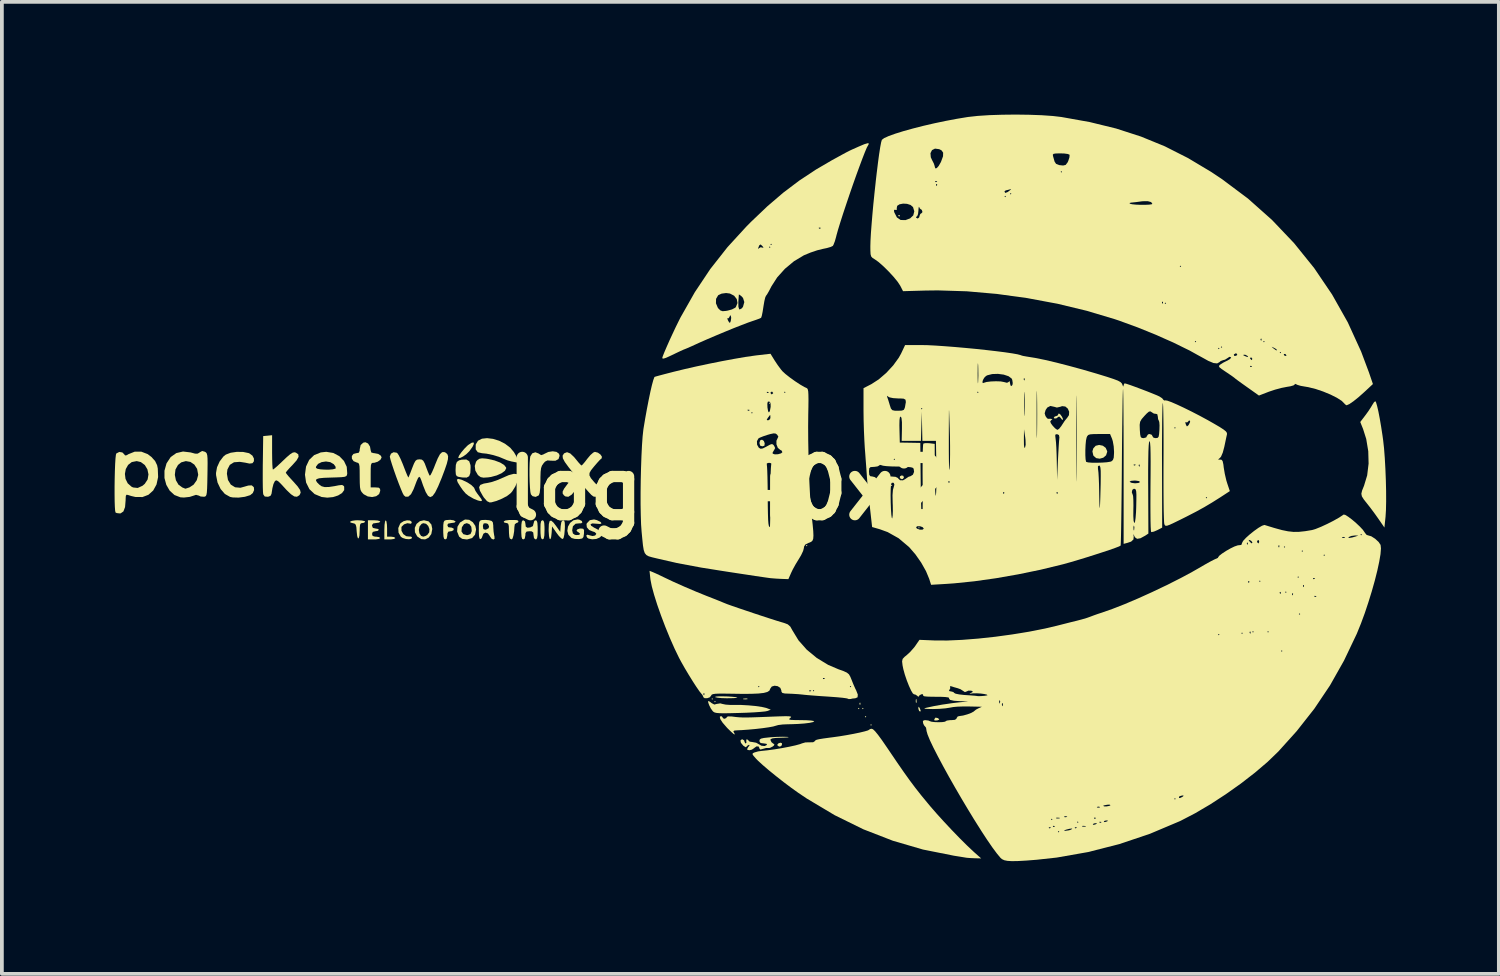
<source format=kicad_pcb>
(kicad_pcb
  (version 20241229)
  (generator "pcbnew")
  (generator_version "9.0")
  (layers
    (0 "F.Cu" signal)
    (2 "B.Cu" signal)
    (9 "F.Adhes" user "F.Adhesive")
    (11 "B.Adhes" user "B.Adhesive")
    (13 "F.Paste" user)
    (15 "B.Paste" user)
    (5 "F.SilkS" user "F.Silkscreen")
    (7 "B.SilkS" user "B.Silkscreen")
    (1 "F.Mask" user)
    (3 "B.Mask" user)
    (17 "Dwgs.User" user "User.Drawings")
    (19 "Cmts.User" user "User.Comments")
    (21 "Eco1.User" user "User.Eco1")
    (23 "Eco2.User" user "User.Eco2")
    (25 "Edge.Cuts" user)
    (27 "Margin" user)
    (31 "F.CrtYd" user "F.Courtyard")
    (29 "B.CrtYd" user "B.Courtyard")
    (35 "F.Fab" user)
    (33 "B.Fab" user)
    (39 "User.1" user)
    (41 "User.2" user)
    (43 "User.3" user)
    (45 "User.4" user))
  (footprint "logo 40x24"
    (layer "F.Cu")
    (at 17.057 9.961)
    (property "Reference" "logo 40x24" (at 0 0 0) (layer "F.SilkS") (effects (font (size 1.524 1.524) (thickness 0.3))))
    (attr board_only exclude_from_pos_files exclude_from_bom)
    (fp_poly (pts (xy -1.13 5.594) (xy -1.148 5.612) (xy -1.166 5.594) (xy -1.148 5.576)) (stroke (width 0) (type solid)) (fill yes) (layer "F.SilkS"))
    (fp_poly (pts (xy -1.057 5.667) (xy -1.075 5.685) (xy -1.093 5.667) (xy -1.075 5.648)) (stroke (width 0) (type solid)) (fill yes) (layer "F.SilkS"))
    (fp_poly (pts (xy 0.401 -2.278) (xy 0.383 -2.259) (xy 0.364 -2.278) (xy 0.383 -2.296)) (stroke (width 0) (type solid)) (fill yes) (layer "F.SilkS"))
    (fp_poly (pts (xy 1.385 1.512) (xy 1.367 1.531) (xy 1.348 1.512) (xy 1.367 1.494)) (stroke (width 0) (type solid)) (fill yes) (layer "F.SilkS"))
    (fp_poly (pts (xy 2.77 5.849) (xy 2.751 5.867) (xy 2.733 5.849) (xy 2.751 5.831)) (stroke (width 0) (type solid)) (fill yes) (layer "F.SilkS"))
    (fp_poly (pts (xy 2.879 5.849) (xy 2.861 5.867) (xy 2.842 5.849) (xy 2.861 5.831)) (stroke (width 0) (type solid)) (fill yes) (layer "F.SilkS"))
    (fp_poly (pts (xy 2.952 6.068) (xy 2.934 6.086) (xy 2.915 6.068) (xy 2.934 6.049)) (stroke (width 0) (type solid)) (fill yes) (layer "F.SilkS"))
    (fp_poly (pts (xy 3.098 6.286) (xy 3.079 6.304) (xy 3.061 6.286) (xy 3.079 6.268)) (stroke (width 0) (type solid)) (fill yes) (layer "F.SilkS"))
    (fp_poly (pts (xy 3.644 -0.091) (xy 3.626 -0.073) (xy 3.608 -0.091) (xy 3.626 -0.109)) (stroke (width 0) (type solid)) (fill yes) (layer "F.SilkS"))
    (fp_poly (pts (xy 4.373 1.039) (xy 4.355 1.057) (xy 4.337 1.039) (xy 4.355 1.02)) (stroke (width 0) (type solid)) (fill yes) (layer "F.SilkS"))
    (fp_poly (pts (xy 2.794 5.697) (xy 2.798 5.74) (xy 2.794 5.746) (xy 2.772 5.741) (xy 2.77 5.721) (xy 2.783 5.691)) (stroke (width 0) (type solid)) (fill yes) (layer "F.SilkS"))
    (fp_poly (pts (xy 3.851 -7.276) (xy 3.846 -7.255) (xy 3.826 -7.252) (xy 3.796 -7.265) (xy 3.802 -7.276) (xy 3.845 -7.281)) (stroke (width 0) (type solid)) (fill yes) (layer "F.SilkS"))
    (fp_poly (pts (xy 4.288 5.603) (xy 4.293 5.678) (xy 4.288 5.694) (xy 4.275 5.699) (xy 4.269 5.648) (xy 4.275 5.597)) (stroke (width 0) (type solid)) (fill yes) (layer "F.SilkS"))
    (fp_poly (pts (xy -6.281 -0.58) (xy -6.279 -0.573) (xy -6.274 -0.494) (xy -6.281 -0.464) (xy -6.293 -0.463) (xy -6.297 -0.52) (xy -6.297 -0.528) (xy -6.292 -0.585)) (stroke (width 0) (type solid)) (fill yes) (layer "F.SilkS"))
    (fp_poly (pts (xy -0.209 5.588) (xy -0.208 5.6) (xy -0.265 5.605) (xy -0.273 5.605) (xy -0.33 5.6) (xy -0.324 5.589) (xy -0.318 5.587) (xy -0.239 5.581)) (stroke (width 0) (type solid)) (fill yes) (layer "F.SilkS"))
    (fp_poly (pts (xy 0.707 6.772) (xy 0.707 6.825) (xy 0.664 6.861) (xy 0.629 6.861) (xy 0.586 6.828) (xy 0.583 6.815) (xy 0.611 6.778) (xy 0.666 6.759)) (stroke (width 0) (type solid)) (fill yes) (layer "F.SilkS"))
    (fp_poly (pts (xy 3.353 -0.346) (xy 3.373 -0.304) (xy 3.345 -0.263) (xy 3.316 -0.255) (xy 3.269 -0.281) (xy 3.263 -0.289) (xy 3.265 -0.332) (xy 3.309 -0.355)) (stroke (width 0) (type solid)) (fill yes) (layer "F.SilkS"))
    (fp_poly (pts (xy 3.936 -0.346) (xy 3.956 -0.304) (xy 3.928 -0.263) (xy 3.899 -0.255) (xy 3.852 -0.281) (xy 3.846 -0.289) (xy 3.849 -0.332) (xy 3.892 -0.355)) (stroke (width 0) (type solid)) (fill yes) (layer "F.SilkS"))
    (fp_poly (pts (xy 4.37 5.829) (xy 4.377 5.843) (xy 4.401 5.903) (xy 4.392 5.932) (xy 4.361 5.916) (xy 4.34 5.861) (xy 4.338 5.834) (xy 4.345 5.8)) (stroke (width 0) (type solid)) (fill yes) (layer "F.SilkS"))
    (fp_poly (pts (xy 4.853 6.103) (xy 4.877 6.118) (xy 4.896 6.144) (xy 4.848 6.164) (xy 4.835 6.166) (xy 4.77 6.169) (xy 4.762 6.137) (xy 4.763 6.135) (xy 4.796 6.091)) (stroke (width 0) (type solid)) (fill yes) (layer "F.SilkS"))
    (fp_poly (pts (xy 0.225 -1.274) (xy 0.249 -1.211) (xy 0.241 -1.147) (xy 0.185 -1.13) (xy 0.185 -1.13) (xy 0.127 -1.149) (xy 0.109 -1.219) (xy 0.109 -1.223) (xy 0.13 -1.291) (xy 0.177 -1.307)) (stroke (width 0) (type solid)) (fill yes) (layer "F.SilkS"))
    (fp_poly (pts (xy 9.248 -1.147) (xy 9.326 -1.09) (xy 9.365 -1.001) (xy 9.366 -0.984) (xy 9.336 -0.891) (xy 9.263 -0.828) (xy 9.167 -0.801) (xy 9.073 -0.816) (xy 9.002 -0.878) (xy 8.995 -0.893) (xy 8.972 -0.995) (xy 8.995 -1.075) (xy 9.059 -1.145) (xy 9.151 -1.167)) (stroke (width 0) (type solid)) (fill yes) (layer "F.SilkS"))
    (fp_poly (pts (xy -5.637 0.853) (xy -5.62 0.907) (xy -5.613 1.013) (xy -5.612 1.093) (xy -5.617 1.243) (xy -5.633 1.325) (xy -5.662 1.347) (xy -5.697 1.324) (xy -5.71 1.277) (xy -5.719 1.18) (xy -5.721 1.069) (xy -5.718 0.938) (xy -5.704 0.866) (xy -5.677 0.839) (xy -5.667 0.838)) (stroke (width 0) (type solid)) (fill yes) (layer "F.SilkS"))
    (fp_poly (pts (xy -7.493 -1.195) (xy -7.529 -1.117) (xy -7.61 -1.005) (xy -7.623 -0.99) (xy -7.696 -0.919) (xy -7.779 -0.86) (xy -7.853 -0.823) (xy -7.9 -0.818) (xy -7.908 -0.832) (xy -7.885 -0.887) (xy -7.826 -0.971) (xy -7.748 -1.064) (xy -7.669 -1.144) (xy -7.644 -1.166) (xy -7.551 -1.226) (xy -7.5 -1.234)) (stroke (width 0) (type solid)) (fill yes) (layer "F.SilkS"))
    (fp_poly (pts (xy -0.736 5.528) (xy -0.618 5.536) (xy -0.526 5.546) (xy -0.479 5.559) (xy -0.478 5.56) (xy -0.503 5.567) (xy -0.586 5.573) (xy -0.71 5.575) (xy -0.757 5.576) (xy -0.897 5.572) (xy -1.007 5.561) (xy -1.067 5.547) (xy -1.073 5.542) (xy -1.049 5.531) (xy -0.971 5.525) (xy -0.861 5.525)) (stroke (width 0) (type solid)) (fill yes) (layer "F.SilkS"))
    (fp_poly (pts (xy -9.82 0.871) (xy -9.807 0.958) (xy -9.803 1.057) (xy -9.803 1.275) (xy -9.694 1.275) (xy -9.617 1.286) (xy -9.584 1.311) (xy -9.584 1.312) (xy -9.617 1.335) (xy -9.697 1.347) (xy -9.73 1.348) (xy -9.876 1.348) (xy -9.876 1.093) (xy -9.871 0.962) (xy -9.858 0.872) (xy -9.839 0.838) (xy -9.839 0.838)) (stroke (width 0) (type solid)) (fill yes) (layer "F.SilkS"))
    (fp_poly (pts (xy -7.617 -0.733) (xy -7.583 -0.63) (xy -7.58 -0.567) (xy -7.587 -0.421) (xy -7.618 -0.335) (xy -7.685 -0.298) (xy -7.8 -0.301) (xy -7.899 -0.317) (xy -7.949 -0.337) (xy -7.973 -0.383) (xy -7.98 -0.478) (xy -7.98 -0.504) (xy -7.973 -0.636) (xy -7.946 -0.714) (xy -7.888 -0.756) (xy -7.817 -0.775) (xy -7.692 -0.779)) (stroke (width 0) (type solid)) (fill yes) (layer "F.SilkS"))
    (fp_poly (pts (xy 8.119 -1.978) (xy 8.161 -1.919) (xy 8.188 -1.86) (xy 8.187 -1.834) (xy 8.158 -1.846) (xy 8.131 -1.883) (xy 8.088 -1.924) (xy 8.063 -1.913) (xy 8.013 -1.875) (xy 7.962 -1.87) (xy 7.944 -1.895) (xy 7.974 -1.927) (xy 7.999 -1.931) (xy 8.047 -1.951) (xy 8.054 -1.968) (xy 8.075 -2.003) (xy 8.081 -2.004)) (stroke (width 0) (type solid)) (fill yes) (layer "F.SilkS"))
    (fp_poly (pts (xy -7.164 -0.802) (xy -7.122 -0.795) (xy -6.944 -0.755) (xy -6.795 -0.699) (xy -6.688 -0.634) (xy -6.635 -0.566) (xy -6.632 -0.547) (xy -6.666 -0.48) (xy -6.755 -0.414) (xy -6.884 -0.356) (xy -7.036 -0.315) (xy -7.12 -0.303) (xy -7.237 -0.296) (xy -7.311 -0.31) (xy -7.369 -0.352) (xy -7.389 -0.372) (xy -7.454 -0.484) (xy -7.469 -0.608) (xy -7.435 -0.721) (xy -7.398 -0.765) (xy -7.344 -0.8) (xy -7.274 -0.811)) (stroke (width 0) (type solid)) (fill yes) (layer "F.SilkS"))
    (fp_poly (pts (xy -10.477 0.844) (xy -10.404 0.86) (xy -10.386 0.875) (xy -10.416 0.904) (xy -10.459 0.911) (xy -10.501 0.92) (xy -10.523 0.958) (xy -10.531 1.042) (xy -10.532 1.109) (xy -10.539 1.243) (xy -10.557 1.314) (xy -10.579 1.32) (xy -10.599 1.259) (xy -10.612 1.14) (xy -10.621 1.02) (xy -10.639 0.954) (xy -10.672 0.925) (xy -10.705 0.918) (xy -10.778 0.898) (xy -10.787 0.875) (xy -10.741 0.854) (xy -10.65 0.84) (xy -10.586 0.838)) (stroke (width 0) (type solid)) (fill yes) (layer "F.SilkS"))
    (fp_poly (pts (xy -7.829 -0.244) (xy -7.791 -0.229) (xy -7.664 -0.168) (xy -7.557 -0.097) (xy -7.488 -0.029) (xy -7.471 0.01) (xy -7.45 0.057) (xy -7.396 0.136) (xy -7.358 0.186) (xy -7.295 0.27) (xy -7.276 0.313) (xy -7.297 0.327) (xy -7.313 0.328) (xy -7.386 0.311) (xy -7.488 0.27) (xy -7.522 0.252) (xy -7.633 0.188) (xy -7.713 0.124) (xy -7.786 0.038) (xy -7.851 -0.055) (xy -7.924 -0.173) (xy -7.945 -0.241) (xy -7.914 -0.264)) (stroke (width 0) (type solid)) (fill yes) (layer "F.SilkS"))
    (fp_poly (pts (xy -6.405 0.831) (xy -6.341 0.835) (xy -6.306 0.858) (xy -6.317 0.895) (xy -6.359 0.911) (xy -6.403 0.943) (xy -6.414 1.016) (xy -6.421 1.131) (xy -6.439 1.24) (xy -6.462 1.32) (xy -6.485 1.348) (xy -6.533 1.326) (xy -6.535 1.324) (xy -6.549 1.277) (xy -6.558 1.181) (xy -6.56 1.105) (xy -6.563 0.992) (xy -6.577 0.934) (xy -6.609 0.913) (xy -6.635 0.911) (xy -6.69 0.895) (xy -6.697 0.869) (xy -6.653 0.844) (xy -6.551 0.831)) (stroke (width 0) (type solid)) (fill yes) (layer "F.SilkS"))
    (fp_poly (pts (xy -6.34 -0.389) (xy -6.305 -0.336) (xy -6.304 -0.327) (xy -6.328 -0.207) (xy -6.388 -0.065) (xy -6.47 0.067) (xy -6.514 0.118) (xy -6.608 0.191) (xy -6.744 0.263) (xy -6.892 0.324) (xy -7.023 0.36) (xy -7.072 0.364) (xy -7.142 0.33) (xy -7.227 0.232) (xy -7.254 0.191) (xy -7.331 0.053) (xy -7.354 -0.042) (xy -7.321 -0.103) (xy -7.228 -0.139) (xy -7.155 -0.151) (xy -7.02 -0.18) (xy -6.861 -0.234) (xy -6.739 -0.287) (xy -6.562 -0.364) (xy -6.427 -0.399)) (stroke (width 0) (type solid)) (fill yes) (layer "F.SilkS"))
    (fp_poly (pts (xy -9.193 0.845) (xy -9.15 0.879) (xy -9.147 0.895) (xy -9.165 0.932) (xy -9.185 0.928) (xy -9.264 0.916) (xy -9.352 0.947) (xy -9.414 1.007) (xy -9.421 1.022) (xy -9.42 1.118) (xy -9.372 1.206) (xy -9.296 1.261) (xy -9.237 1.269) (xy -9.167 1.273) (xy -9.139 1.294) (xy -9.156 1.329) (xy -9.219 1.343) (xy -9.304 1.336) (xy -9.387 1.31) (xy -9.436 1.278) (xy -9.498 1.17) (xy -9.505 1.045) (xy -9.456 0.931) (xy -9.438 0.911) (xy -9.362 0.862) (xy -9.272 0.839)) (stroke (width 0) (type solid)) (fill yes) (layer "F.SilkS"))
    (fp_poly (pts (xy -6.985 -1.329) (xy -6.821 -1.279) (xy -6.664 -1.199) (xy -6.525 -1.093) (xy -6.427 -0.976) (xy -6.366 -0.871) (xy -6.326 -0.777) (xy -6.314 -0.714) (xy -6.329 -0.697) (xy -6.382 -0.706) (xy -6.473 -0.724) (xy -6.487 -0.726) (xy -6.603 -0.758) (xy -6.703 -0.8) (xy -6.704 -0.8) (xy -6.829 -0.852) (xy -6.992 -0.9) (xy -7.156 -0.935) (xy -7.278 -0.947) (xy -7.388 -0.973) (xy -7.444 -1.048) (xy -7.444 -1.166) (xy -7.439 -1.188) (xy -7.382 -1.28) (xy -7.278 -1.333) (xy -7.142 -1.348)) (stroke (width 0) (type solid)) (fill yes) (layer "F.SilkS"))
    (fp_poly (pts (xy -5.087 0.852) (xy -5.073 0.903) (xy -5.07 1.005) (xy -5.073 1.081) (xy -5.085 1.217) (xy -5.105 1.308) (xy -5.126 1.338) (xy -5.168 1.318) (xy -5.233 1.252) (xy -5.29 1.177) (xy -5.412 1.002) (xy -5.423 1.175) (xy -5.437 1.293) (xy -5.456 1.343) (xy -5.477 1.33) (xy -5.493 1.259) (xy -5.502 1.134) (xy -5.503 1.093) (xy -5.497 0.941) (xy -5.476 0.86) (xy -5.437 0.846) (xy -5.376 0.898) (xy -5.302 0.994) (xy -5.193 1.148) (xy -5.182 0.993) (xy -5.164 0.884) (xy -5.129 0.84) (xy -5.116 0.838)) (stroke (width 0) (type solid)) (fill yes) (layer "F.SilkS"))
    (fp_poly (pts (xy -10.051 0.845) (xy -9.993 0.864) (xy -9.985 0.875) (xy -10.017 0.9) (xy -10.093 0.911) (xy -10.094 0.911) (xy -10.174 0.923) (xy -10.203 0.965) (xy -10.204 0.984) (xy -10.182 1.041) (xy -10.113 1.057) (xy -10.044 1.069) (xy -10.022 1.093) (xy -10.053 1.121) (xy -10.113 1.13) (xy -10.184 1.147) (xy -10.204 1.203) (xy -10.187 1.256) (xy -10.123 1.275) (xy -10.094 1.275) (xy -10.018 1.286) (xy -9.985 1.311) (xy -9.985 1.312) (xy -10.018 1.334) (xy -10.1 1.347) (xy -10.149 1.348) (xy -10.313 1.348) (xy -10.313 0.838) (xy -10.149 0.838)) (stroke (width 0) (type solid)) (fill yes) (layer "F.SilkS"))
    (fp_poly (pts (xy -8.699 0.867) (xy -8.624 0.951) (xy -8.6 1.07) (xy -8.626 1.205) (xy -8.695 1.3) (xy -8.79 1.347) (xy -8.897 1.339) (xy -9 1.269) (xy -9.062 1.157) (xy -9.064 1.093) (xy -8.958 1.093) (xy -8.943 1.185) (xy -8.898 1.254) (xy -8.84 1.275) (xy -8.777 1.255) (xy -8.732 1.228) (xy -8.681 1.158) (xy -8.676 1.072) (xy -8.708 0.99) (xy -8.765 0.932) (xy -8.838 0.916) (xy -8.883 0.933) (xy -8.939 1.001) (xy -8.958 1.093) (xy -9.064 1.093) (xy -9.066 1.04) (xy -9.019 0.935) (xy -8.929 0.862) (xy -8.822 0.838)) (stroke (width 0) (type solid)) (fill yes) (layer "F.SilkS"))
    (fp_poly (pts (xy -8.033 0.839) (xy -7.984 0.867) (xy -7.981 0.877) (xy -8.012 0.901) (xy -8.089 0.911) (xy -8.09 0.911) (xy -8.177 0.927) (xy -8.199 0.966) (xy -8.179 1.017) (xy -8.163 1.025) (xy -8.093 1.033) (xy -8.084 1.034) (xy -8.031 1.059) (xy -8.032 1.099) (xy -8.081 1.127) (xy -8.105 1.13) (xy -8.172 1.141) (xy -8.197 1.189) (xy -8.199 1.239) (xy -8.216 1.326) (xy -8.254 1.348) (xy -8.284 1.333) (xy -8.301 1.279) (xy -8.308 1.171) (xy -8.309 1.098) (xy -8.307 0.965) (xy -8.297 0.888) (xy -8.276 0.85) (xy -8.236 0.834) (xy -8.227 0.833) (xy -8.122 0.826)) (stroke (width 0) (type solid)) (fill yes) (layer "F.SilkS"))
    (fp_poly (pts (xy -7.616 0.827) (xy -7.521 0.89) (xy -7.454 0.988) (xy -7.434 1.083) (xy -7.462 1.222) (xy -7.541 1.312) (xy -7.669 1.348) (xy -7.689 1.348) (xy -7.804 1.333) (xy -7.877 1.281) (xy -7.888 1.267) (xy -7.939 1.139) (xy -7.939 1.135) (xy -7.823 1.135) (xy -7.774 1.208) (xy -7.678 1.233) (xy -7.656 1.232) (xy -7.582 1.205) (xy -7.552 1.133) (xy -7.55 1.118) (xy -7.561 1.011) (xy -7.612 0.941) (xy -7.682 0.915) (xy -7.755 0.94) (xy -7.811 1.022) (xy -7.813 1.027) (xy -7.823 1.135) (xy -7.939 1.135) (xy -7.929 1.01) (xy -7.863 0.899) (xy -7.749 0.827) (xy -7.718 0.818)) (stroke (width 0) (type solid)) (fill yes) (layer "F.SilkS"))
    (fp_poly (pts (xy -4.217 0.835) (xy -4.124 0.881) (xy -4.095 0.918) (xy -4.13 0.937) (xy -4.219 0.931) (xy -4.336 0.922) (xy -4.387 0.942) (xy -4.372 0.983) (xy -4.288 1.037) (xy -4.248 1.056) (xy -4.129 1.123) (xy -4.083 1.193) (xy -4.109 1.265) (xy -4.145 1.298) (xy -4.235 1.336) (xy -4.344 1.345) (xy -4.44 1.326) (xy -4.478 1.299) (xy -4.502 1.244) (xy -4.47 1.221) (xy -4.407 1.24) (xy -4.333 1.258) (xy -4.266 1.244) (xy -4.236 1.205) (xy -4.238 1.189) (xy -4.281 1.151) (xy -4.327 1.137) (xy -4.425 1.097) (xy -4.486 1.025) (xy -4.495 0.941) (xy -4.485 0.917) (xy -4.406 0.836) (xy -4.294 0.816)) (stroke (width 0) (type solid)) (fill yes) (layer "F.SilkS"))
    (fp_poly (pts (xy -1.208 5.67) (xy -1.163 5.706) (xy -1.091 5.744) (xy -1.034 5.728) (xy -0.934 5.712) (xy -0.878 5.727) (xy -0.792 5.745) (xy -0.665 5.754) (xy -0.566 5.754) (xy -0.384 5.754) (xy -0.185 5.765) (xy 0.009 5.783) (xy 0.176 5.808) (xy 0.295 5.836) (xy 0.306 5.84) (xy 0.411 5.88) (xy 0.324 5.914) (xy 0.26 5.927) (xy 0.137 5.939) (xy -0.031 5.951) (xy -0.232 5.961) (xy -0.419 5.967) (xy -0.654 5.973) (xy -0.827 5.976) (xy -0.949 5.974) (xy -1.031 5.967) (xy -1.083 5.955) (xy -1.116 5.936) (xy -1.136 5.917) (xy -1.185 5.849) (xy -1.227 5.766) (xy -1.254 5.693) (xy -1.256 5.651) (xy -1.25 5.648)) (stroke (width 0) (type solid)) (fill yes) (layer "F.SilkS"))
    (fp_poly (pts (xy -5.819 0.853) (xy -5.802 0.907) (xy -5.795 1.013) (xy -5.794 1.093) (xy -5.797 1.232) (xy -5.809 1.311) (xy -5.832 1.345) (xy -5.849 1.348) (xy -5.892 1.316) (xy -5.904 1.239) (xy -5.913 1.162) (xy -5.955 1.133) (xy -6.013 1.13) (xy -6.09 1.139) (xy -6.119 1.181) (xy -6.122 1.239) (xy -6.139 1.326) (xy -6.177 1.348) (xy -6.207 1.333) (xy -6.224 1.279) (xy -6.231 1.173) (xy -6.232 1.093) (xy -6.228 0.955) (xy -6.217 0.875) (xy -6.194 0.842) (xy -6.177 0.838) (xy -6.133 0.869) (xy -6.122 0.923) (xy -6.112 1.008) (xy -6.068 1.037) (xy -5.994 1.029) (xy -5.922 0.994) (xy -5.904 0.925) (xy -5.884 0.855) (xy -5.849 0.838)) (stroke (width 0) (type solid)) (fill yes) (layer "F.SilkS"))
    (fp_poly (pts (xy -4.685 0.823) (xy -4.621 0.856) (xy -4.605 0.896) (xy -4.638 0.92) (xy -4.677 0.919) (xy -4.785 0.93) (xy -4.856 0.996) (xy -4.876 1.103) (xy -4.876 1.105) (xy -4.857 1.189) (xy -4.806 1.225) (xy -4.765 1.232) (xy -4.689 1.227) (xy -4.665 1.197) (xy -4.704 1.16) (xy -4.722 1.152) (xy -4.761 1.118) (xy -4.741 1.082) (xy -4.676 1.059) (xy -4.642 1.057) (xy -4.583 1.064) (xy -4.56 1.1) (xy -4.562 1.186) (xy -4.562 1.193) (xy -4.576 1.284) (xy -4.61 1.324) (xy -4.688 1.338) (xy -4.701 1.339) (xy -4.807 1.334) (xy -4.891 1.311) (xy -4.894 1.309) (xy -4.977 1.225) (xy -5.005 1.119) (xy -4.988 1.008) (xy -4.932 0.909) (xy -4.844 0.839) (xy -4.733 0.815)) (stroke (width 0) (type solid)) (fill yes) (layer "F.SilkS"))
    (fp_poly (pts (xy -5.293 -0.982) (xy -5.227 -0.933) (xy -5.211 -0.88) (xy -5.24 -0.791) (xy -5.322 -0.746) (xy -5.44 -0.748) (xy -5.535 -0.755) (xy -5.6 -0.722) (xy -5.643 -0.672) (xy -5.681 -0.616) (xy -5.704 -0.549) (xy -5.716 -0.453) (xy -5.721 -0.311) (xy -5.721 -0.221) (xy -5.726 -0.029) (xy -5.74 0.105) (xy -5.763 0.172) (xy -5.765 0.175) (xy -5.848 0.216) (xy -5.931 0.197) (xy -5.975 0.148) (xy -5.989 0.086) (xy -6 -0.031) (xy -6.008 -0.185) (xy -6.012 -0.358) (xy -6.012 -0.531) (xy -6.008 -0.688) (xy -5.999 -0.808) (xy -5.99 -0.864) (xy -5.938 -0.944) (xy -5.856 -0.972) (xy -5.769 -0.939) (xy -5.762 -0.933) (xy -5.702 -0.896) (xy -5.642 -0.915) (xy -5.628 -0.924) (xy -5.512 -0.98) (xy -5.394 -0.998)) (stroke (width 0) (type solid)) (fill yes) (layer "F.SilkS"))
    (fp_poly (pts (xy 16.523 -2.298) (xy 16.551 -2.202) (xy 16.585 -2.055) (xy 16.621 -1.868) (xy 16.658 -1.652) (xy 16.694 -1.417) (xy 16.711 -1.294) (xy 16.735 -1.078) (xy 16.755 -0.817) (xy 16.771 -0.529) (xy 16.783 -0.229) (xy 16.79 0.065) (xy 16.791 0.337) (xy 16.786 0.57) (xy 16.775 0.744) (xy 16.745 1.032) (xy 16.584 0.798) (xy 16.483 0.656) (xy 16.376 0.512) (xy 16.289 0.401) (xy 16.197 0.285) (xy 16.145 0.202) (xy 16.131 0.132) (xy 16.15 0.049) (xy 16.197 -0.068) (xy 16.202 -0.08) (xy 16.286 -0.357) (xy 16.324 -0.67) (xy 16.315 -1) (xy 16.261 -1.326) (xy 16.177 -1.591) (xy 16.102 -1.778) (xy 16.234 -1.951) (xy 16.317 -2.065) (xy 16.388 -2.174) (xy 16.42 -2.228) (xy 16.465 -2.3) (xy 16.501 -2.332) (xy 16.502 -2.332)) (stroke (width 0) (type solid)) (fill yes) (layer "F.SilkS"))
    (fp_poly (pts (xy -7.088 0.837) (xy -7.02 0.856) (xy -6.988 0.894) (xy -6.977 0.974) (xy -6.976 1.021) (xy -6.968 1.142) (xy -6.952 1.244) (xy -6.946 1.266) (xy -6.942 1.331) (xy -6.975 1.351) (xy -7.023 1.328) (xy -7.067 1.264) (xy -7.07 1.257) (xy -7.12 1.187) (xy -7.185 1.166) (xy -7.239 1.196) (xy -7.259 1.245) (xy -7.286 1.315) (xy -7.316 1.339) (xy -7.341 1.327) (xy -7.356 1.261) (xy -7.361 1.134) (xy -7.361 1.101) (xy -7.36 1.002) (xy -7.252 1.002) (xy -7.241 1.072) (xy -7.195 1.089) (xy -7.17 1.087) (xy -7.101 1.05) (xy -7.088 1.002) (xy -7.118 0.937) (xy -7.17 0.918) (xy -7.231 0.922) (xy -7.251 0.973) (xy -7.252 1.002) (xy -7.36 1.002) (xy -7.359 0.967) (xy -7.35 0.889) (xy -7.329 0.85) (xy -7.29 0.834) (xy -7.279 0.832) (xy -7.182 0.828)) (stroke (width 0) (type solid)) (fill yes) (layer "F.SilkS"))
    (fp_poly (pts (xy -13.632 -0.98) (xy -13.488 -0.95) (xy -13.468 -0.942) (xy -13.387 -0.882) (xy -13.348 -0.806) (xy -13.348 -0.733) (xy -13.386 -0.681) (xy -13.463 -0.671) (xy -13.48 -0.674) (xy -13.579 -0.695) (xy -13.702 -0.714) (xy -13.728 -0.717) (xy -13.878 -0.706) (xy -13.989 -0.637) (xy -14.053 -0.515) (xy -14.067 -0.401) (xy -14.039 -0.235) (xy -13.963 -0.111) (xy -13.849 -0.04) (xy -13.708 -0.027) (xy -13.602 -0.056) (xy -13.499 -0.086) (xy -13.414 -0.091) (xy -13.403 -0.089) (xy -13.35 -0.042) (xy -13.343 0.034) (xy -13.378 0.113) (xy -13.447 0.17) (xy -13.588 0.213) (xy -13.756 0.235) (xy -13.915 0.23) (xy -13.982 0.216) (xy -14.12 0.139) (xy -14.234 0.007) (xy -14.316 -0.165) (xy -14.355 -0.36) (xy -14.357 -0.419) (xy -14.33 -0.573) (xy -14.259 -0.729) (xy -14.161 -0.858) (xy -14.096 -0.91) (xy -13.968 -0.959) (xy -13.803 -0.983)) (stroke (width 0) (type solid)) (fill yes) (layer "F.SilkS"))
    (fp_poly (pts (xy -10.31 -1.206) (xy -10.258 -1.124) (xy -10.24 -1.023) (xy -10.223 -0.966) (xy -10.157 -0.948) (xy -10.138 -0.947) (xy -10.039 -0.928) (xy -9.968 -0.88) (xy -9.949 -0.833) (xy -9.979 -0.774) (xy -10.052 -0.721) (xy -10.138 -0.693) (xy -10.152 -0.692) (xy -10.194 -0.689) (xy -10.22 -0.671) (xy -10.234 -0.624) (xy -10.239 -0.534) (xy -10.24 -0.386) (xy -10.24 -0.364) (xy -10.24 -0.036) (xy -10.113 -0.036) (xy -10.026 -0.03) (xy -9.991 0.001) (xy -9.985 0.053) (xy -10.015 0.141) (xy -10.094 0.198) (xy -10.201 0.22) (xy -10.317 0.204) (xy -10.423 0.147) (xy -10.442 0.129) (xy -10.483 0.083) (xy -10.51 0.031) (xy -10.524 -0.042) (xy -10.53 -0.154) (xy -10.532 -0.322) (xy -10.532 -0.324) (xy -10.533 -0.49) (xy -10.537 -0.596) (xy -10.549 -0.657) (xy -10.57 -0.687) (xy -10.603 -0.698) (xy -10.61 -0.699) (xy -10.696 -0.736) (xy -10.74 -0.801) (xy -10.741 -0.872) (xy -10.698 -0.928) (xy -10.624 -0.947) (xy -10.556 -0.96) (xy -10.533 -1.013) (xy -10.532 -1.05) (xy -10.507 -1.164) (xy -10.437 -1.228) (xy -10.38 -1.239)) (stroke (width 0) (type solid)) (fill yes) (layer "F.SilkS"))
    (fp_poly (pts (xy -4.193 -0.962) (xy -4.126 -0.915) (xy -4.086 -0.858) (xy -4.09 -0.81) (xy -4.109 -0.796) (xy -4.144 -0.763) (xy -4.211 -0.69) (xy -4.295 -0.592) (xy -4.295 -0.592) (xy -4.373 -0.495) (xy -4.414 -0.422) (xy -4.417 -0.357) (xy -4.378 -0.283) (xy -4.294 -0.183) (xy -4.211 -0.094) (xy -4.122 0.019) (xy -4.096 0.102) (xy -4.132 0.163) (xy -4.204 0.199) (xy -4.262 0.214) (xy -4.311 0.205) (xy -4.367 0.162) (xy -4.448 0.075) (xy -4.479 0.04) (xy -4.651 -0.156) (xy -4.785 0.032) (xy -4.889 0.156) (xy -4.978 0.213) (xy -5.056 0.204) (xy -5.095 0.175) (xy -5.129 0.127) (xy -5.129 0.072) (xy -5.091 -0.004) (xy -5.01 -0.114) (xy -4.972 -0.161) (xy -4.806 -0.365) (xy -4.972 -0.576) (xy -5.072 -0.713) (xy -5.124 -0.811) (xy -5.131 -0.881) (xy -5.097 -0.936) (xy -5.085 -0.946) (xy -5.013 -0.974) (xy -4.928 -0.941) (xy -4.826 -0.845) (xy -4.774 -0.782) (xy -4.702 -0.694) (xy -4.647 -0.635) (xy -4.627 -0.62) (xy -4.597 -0.646) (xy -4.537 -0.716) (xy -4.471 -0.802) (xy -4.39 -0.898) (xy -4.316 -0.963) (xy -4.272 -0.983)) (stroke (width 0) (type solid)) (fill yes) (layer "F.SilkS"))
    (fp_poly (pts (xy -11.234 -0.953) (xy -11.074 -0.868) (xy -10.951 -0.741) (xy -10.877 -0.585) (xy -10.864 -0.41) (xy -10.865 -0.399) (xy -10.873 -0.36) (xy -10.893 -0.335) (xy -10.938 -0.318) (xy -11.02 -0.309) (xy -11.152 -0.303) (xy -11.288 -0.299) (xy -11.484 -0.292) (xy -11.613 -0.279) (xy -11.682 -0.256) (xy -11.697 -0.22) (xy -11.664 -0.167) (xy -11.609 -0.112) (xy -11.546 -0.067) (xy -11.467 -0.046) (xy -11.356 -0.047) (xy -11.199 -0.071) (xy -11.088 -0.093) (xy -11 -0.102) (xy -10.956 -0.075) (xy -10.945 -0.054) (xy -10.945 0.035) (xy -11.003 0.114) (xy -11.107 0.178) (xy -11.242 0.221) (xy -11.395 0.236) (xy -11.548 0.218) (xy -11.732 0.141) (xy -11.871 0.01) (xy -11.959 -0.166) (xy -11.989 -0.375) (xy -11.965 -0.559) (xy -11.698 -0.559) (xy -11.665 -0.535) (xy -11.582 -0.518) (xy -11.47 -0.51) (xy -11.351 -0.509) (xy -11.248 -0.518) (xy -11.181 -0.536) (xy -11.17 -0.545) (xy -11.177 -0.593) (xy -11.223 -0.655) (xy -11.316 -0.709) (xy -11.43 -0.727) (xy -11.545 -0.71) (xy -11.639 -0.664) (xy -11.693 -0.593) (xy -11.698 -0.559) (xy -11.965 -0.559) (xy -11.96 -0.593) (xy -11.877 -0.769) (xy -11.745 -0.896) (xy -11.568 -0.968) (xy -11.422 -0.984)) (stroke (width 0) (type solid)) (fill yes) (layer "F.SilkS"))
    (fp_poly (pts (xy -12.864 -0.968) (xy -12.862 -0.795) (xy -12.858 -0.652) (xy -12.851 -0.553) (xy -12.843 -0.511) (xy -12.842 -0.51) (xy -12.808 -0.534) (xy -12.735 -0.596) (xy -12.638 -0.686) (xy -12.603 -0.72) (xy -12.474 -0.842) (xy -12.384 -0.919) (xy -12.321 -0.96) (xy -12.274 -0.972) (xy -12.232 -0.963) (xy -12.167 -0.918) (xy -12.159 -0.85) (xy -12.212 -0.756) (xy -12.316 -0.639) (xy -12.406 -0.545) (xy -12.472 -0.47) (xy -12.499 -0.43) (xy -12.5 -0.429) (xy -12.476 -0.393) (xy -12.414 -0.318) (xy -12.325 -0.221) (xy -12.299 -0.193) (xy -12.184 -0.063) (xy -12.12 0.031) (xy -12.103 0.102) (xy -12.129 0.16) (xy -12.142 0.175) (xy -12.203 0.212) (xy -12.273 0.204) (xy -12.361 0.146) (xy -12.478 0.034) (xy -12.527 -0.02) (xy -12.631 -0.133) (xy -12.7 -0.199) (xy -12.744 -0.224) (xy -12.775 -0.216) (xy -12.793 -0.198) (xy -12.828 -0.126) (xy -12.856 -0.016) (xy -12.863 0.031) (xy -12.88 0.136) (xy -12.907 0.188) (xy -12.959 0.209) (xy -12.981 0.212) (xy -13.059 0.206) (xy -13.096 0.155) (xy -13.101 0.139) (xy -13.107 0.078) (xy -13.111 -0.044) (xy -13.113 -0.213) (xy -13.113 -0.417) (xy -13.112 -0.644) (xy -13.111 -0.674) (xy -13.101 -1.403) (xy -12.982 -1.414) (xy -12.864 -1.426)) (stroke (width 0) (type solid)) (fill yes) (layer "F.SilkS"))
    (fp_poly (pts (xy -14.652 -0.985) (xy -14.623 -0.966) (xy -14.603 -0.938) (xy -14.59 -0.889) (xy -14.583 -0.809) (xy -14.581 -0.684) (xy -14.583 -0.505) (xy -14.585 -0.372) (xy -14.589 -0.156) (xy -14.594 -0.003) (xy -14.601 0.099) (xy -14.612 0.161) (xy -14.629 0.194) (xy -14.653 0.208) (xy -14.679 0.212) (xy -14.767 0.205) (xy -14.813 0.182) (xy -14.89 0.161) (xy -14.93 0.175) (xy -15.058 0.216) (xy -15.211 0.233) (xy -15.305 0.227) (xy -15.463 0.166) (xy -15.59 0.05) (xy -15.68 -0.105) (xy -15.729 -0.287) (xy -15.729 -0.37) (xy -15.453 -0.37) (xy -15.425 -0.228) (xy -15.356 -0.109) (xy -15.256 -0.036) (xy -15.194 -0.011) (xy -15.174 -0.002) (xy -15.142 -0.011) (xy -15.067 -0.036) (xy -15.063 -0.037) (xy -14.952 -0.111) (xy -14.869 -0.229) (xy -14.832 -0.365) (xy -14.832 -0.381) (xy -14.86 -0.53) (xy -14.934 -0.644) (xy -15.038 -0.715) (xy -15.16 -0.737) (xy -15.283 -0.703) (xy -15.369 -0.634) (xy -15.436 -0.513) (xy -15.453 -0.37) (xy -15.729 -0.37) (xy -15.729 -0.481) (xy -15.675 -0.674) (xy -15.672 -0.68) (xy -15.563 -0.845) (xy -15.414 -0.95) (xy -15.235 -0.992) (xy -15.035 -0.968) (xy -15.023 -0.965) (xy -14.916 -0.936) (xy -14.851 -0.934) (xy -14.804 -0.958) (xy -14.791 -0.97) (xy -14.725 -1.006)) (stroke (width 0) (type solid)) (fill yes) (layer "F.SilkS"))
    (fp_poly (pts (xy -0.876 6.077) (xy -0.875 6.086) (xy -0.845 6.118) (xy -0.82 6.122) (xy -0.771 6.101) (xy -0.765 6.082) (xy -0.732 6.059) (xy -0.631 6.061) (xy -0.592 6.066) (xy -0.51 6.076) (xy -0.432 6.083) (xy -0.345 6.087) (xy -0.238 6.088) (xy -0.098 6.085) (xy 0.087 6.079) (xy 0.328 6.07) (xy 0.419 6.066) (xy 0.636 6.058) (xy 0.789 6.054) (xy 0.887 6.055) (xy 0.939 6.062) (xy 0.953 6.074) (xy 0.939 6.092) (xy 0.929 6.1) (xy 0.901 6.126) (xy 0.905 6.142) (xy 0.95 6.152) (xy 1.047 6.156) (xy 1.207 6.158) (xy 1.212 6.158) (xy 1.363 6.161) (xy 1.482 6.169) (xy 1.553 6.181) (xy 1.567 6.19) (xy 1.533 6.211) (xy 1.44 6.231) (xy 1.302 6.248) (xy 1.134 6.26) (xy 0.948 6.267) (xy 0.867 6.268) (xy 0.727 6.274) (xy 0.609 6.289) (xy 0.539 6.309) (xy 0.473 6.328) (xy 0.35 6.35) (xy 0.189 6.373) (xy 0.005 6.394) (xy -0.185 6.411) (xy -0.364 6.424) (xy -0.462 6.428) (xy -0.555 6.435) (xy -0.586 6.453) (xy -0.575 6.478) (xy -0.549 6.527) (xy -0.552 6.541) (xy -0.583 6.524) (xy -0.649 6.465) (xy -0.739 6.377) (xy -0.758 6.357) (xy -0.87 6.228) (xy -0.934 6.13) (xy -0.947 6.069) (xy -0.911 6.049)) (stroke (width 0) (type solid)) (fill yes) (layer "F.SilkS"))
    (fp_poly (pts (xy -16.345 -0.988) (xy -16.176 -0.923) (xy -16.076 -0.847) (xy -15.978 -0.738) (xy -15.925 -0.628) (xy -15.907 -0.54) (xy -15.898 -0.312) (xy -15.941 -0.114) (xy -16.029 0.046) (xy -16.156 0.16) (xy -16.314 0.22) (xy -16.499 0.218) (xy -16.508 0.217) (xy -16.614 0.192) (xy -16.696 0.166) (xy -16.699 0.165) (xy -16.739 0.158) (xy -16.758 0.19) (xy -16.763 0.277) (xy -16.763 0.303) (xy -16.778 0.487) (xy -16.822 0.603) (xy -16.896 0.654) (xy -16.92 0.656) (xy -16.997 0.647) (xy -17.031 0.632) (xy -17.042 0.585) (xy -17.05 0.478) (xy -17.055 0.326) (xy -17.057 0.141) (xy -17.057 -0.063) (xy -17.054 -0.273) (xy -17.051 -0.396) (xy -16.782 -0.396) (xy -16.766 -0.264) (xy -16.707 -0.145) (xy -16.604 -0.054) (xy -16.563 -0.035) (xy -16.441 -0.022) (xy -16.314 -0.08) (xy -16.253 -0.132) (xy -16.177 -0.249) (xy -16.155 -0.383) (xy -16.183 -0.517) (xy -16.252 -0.632) (xy -16.358 -0.711) (xy -16.468 -0.737) (xy -16.6 -0.711) (xy -16.697 -0.635) (xy -16.759 -0.524) (xy -16.782 -0.396) (xy -17.051 -0.396) (xy -17.049 -0.475) (xy -17.042 -0.657) (xy -17.033 -0.804) (xy -17.022 -0.903) (xy -17.011 -0.94) (xy -16.931 -0.981) (xy -16.849 -0.967) (xy -16.807 -0.925) (xy -16.776 -0.887) (xy -16.733 -0.894) (xy -16.687 -0.922) (xy -16.521 -0.988)) (stroke (width 0) (type solid)) (fill yes) (layer "F.SilkS"))
    (fp_poly (pts (xy -8.24 -0.959) (xy -8.199 -0.921) (xy -8.179 -0.866) (xy -8.184 -0.784) (xy -8.214 -0.664) (xy -8.271 -0.498) (xy -8.348 -0.294) (xy -8.444 -0.063) (xy -8.524 0.099) (xy -8.593 0.193) (xy -8.655 0.222) (xy -8.714 0.187) (xy -8.774 0.088) (xy -8.838 -0.071) (xy -8.851 -0.106) (xy -8.892 -0.226) (xy -8.923 -0.299) (xy -8.949 -0.32) (xy -8.979 -0.286) (xy -9.02 -0.194) (xy -9.079 -0.038) (xy -9.101 0.018) (xy -9.166 0.144) (xy -9.239 0.21) (xy -9.312 0.211) (xy -9.356 0.175) (xy -9.388 0.117) (xy -9.435 0.006) (xy -9.493 -0.141) (xy -9.556 -0.309) (xy -9.616 -0.479) (xy -9.669 -0.637) (xy -9.709 -0.765) (xy -9.729 -0.847) (xy -9.73 -0.861) (xy -9.7 -0.935) (xy -9.631 -0.973) (xy -9.55 -0.961) (xy -9.529 -0.947) (xy -9.494 -0.895) (xy -9.443 -0.793) (xy -9.386 -0.659) (xy -9.362 -0.597) (xy -9.31 -0.463) (xy -9.268 -0.361) (xy -9.241 -0.306) (xy -9.236 -0.3) (xy -9.219 -0.337) (xy -9.184 -0.423) (xy -9.139 -0.541) (xy -9.137 -0.547) (xy -9.087 -0.672) (xy -9.048 -0.743) (xy -9.007 -0.775) (xy -8.951 -0.783) (xy -8.943 -0.784) (xy -8.881 -0.777) (xy -8.839 -0.745) (xy -8.8 -0.673) (xy -8.764 -0.577) (xy -8.721 -0.463) (xy -8.685 -0.378) (xy -8.667 -0.347) (xy -8.645 -0.368) (xy -8.606 -0.444) (xy -8.555 -0.561) (xy -8.525 -0.639) (xy -8.454 -0.811) (xy -8.395 -0.921) (xy -8.339 -0.974) (xy -8.282 -0.978)) (stroke (width 0) (type solid)) (fill yes) (layer "F.SilkS"))
    (fp_poly (pts (xy 0.843 6.604) (xy 0.856 6.605) (xy 0.89 6.612) (xy 0.858 6.619) (xy 0.768 6.624) (xy 0.702 6.626) (xy 0.547 6.632) (xy 0.454 6.644) (xy 0.409 6.664) (xy 0.401 6.685) (xy 0.429 6.745) (xy 0.465 6.774) (xy 0.507 6.805) (xy 0.492 6.836) (xy 0.457 6.863) (xy 0.387 6.898) (xy 0.345 6.9) (xy 0.283 6.901) (xy 0.207 6.922) (xy 0.136 6.941) (xy 0.111 6.922) (xy 0.109 6.905) (xy 0.085 6.859) (xy 0.029 6.858) (xy -0.034 6.903) (xy -0.036 6.906) (xy -0.093 6.944) (xy -0.161 6.96) (xy -0.21 6.949) (xy -0.219 6.931) (xy -0.196 6.883) (xy -0.175 6.858) (xy -0.152 6.821) (xy -0.172 6.815) (xy -0.22 6.844) (xy -0.229 6.86) (xy -0.257 6.88) (xy -0.316 6.842) (xy -0.323 6.836) (xy -0.384 6.762) (xy -0.398 6.701) (xy -0.361 6.67) (xy -0.346 6.669) (xy -0.298 6.698) (xy -0.292 6.724) (xy -0.272 6.772) (xy -0.256 6.778) (xy -0.236 6.751) (xy -0.242 6.724) (xy -0.24 6.677) (xy -0.223 6.669) (xy -0.184 6.694) (xy -0.182 6.705) (xy -0.151 6.731) (xy -0.075 6.742) (xy 0.022 6.76) (xy 0.086 6.796) (xy 0.162 6.84) (xy 0.247 6.848) (xy 0.307 6.818) (xy 0.31 6.815) (xy 0.296 6.789) (xy 0.225 6.778) (xy 0.221 6.778) (xy 0.139 6.767) (xy 0.11 6.725) (xy 0.109 6.709) (xy 0.118 6.673) (xy 0.152 6.65) (xy 0.227 6.633) (xy 0.357 6.619) (xy 0.41 6.614) (xy 0.573 6.604) (xy 0.727 6.601)) (stroke (width 0) (type solid)) (fill yes) (layer "F.SilkS"))
    (fp_poly (pts (xy 3.132 6.402) (xy 3.187 6.454) (xy 3.265 6.549) (xy 3.37 6.692) (xy 3.506 6.89) (xy 3.574 6.99) (xy 3.778 7.291) (xy 3.954 7.545) (xy 4.111 7.764) (xy 4.26 7.963) (xy 4.412 8.156) (xy 4.576 8.355) (xy 4.659 8.455) (xy 4.827 8.648) (xy 5.022 8.863) (xy 5.23 9.085) (xy 5.437 9.299) (xy 5.63 9.491) (xy 5.794 9.646) (xy 5.839 9.687) (xy 6.011 9.839) (xy 5.839 9.835) (xy 5.724 9.83) (xy 5.635 9.823) (xy 5.612 9.82) (xy 5.551 9.81) (xy 5.44 9.792) (xy 5.303 9.77) (xy 5.284 9.767) (xy 4.462 9.603) (xy 3.66 9.369) (xy 2.877 9.065) (xy 2.114 8.69) (xy 1.37 8.246) (xy 1.148 8.097) (xy 0.959 7.962) (xy 0.755 7.809) (xy 0.551 7.649) (xy 0.359 7.493) (xy 0.194 7.352) (xy 0.067 7.235) (xy 0.024 7.191) (xy -0.049 7.109) (xy -0.077 7.063) (xy -0.065 7.038) (xy -0.025 7.019) (xy 0.072 6.991) (xy 0.164 6.978) (xy 0.327 6.961) (xy 0.516 6.935) (xy 0.714 6.902) (xy 0.904 6.866) (xy 1.068 6.83) (xy 1.189 6.797) (xy 1.241 6.777) (xy 1.333 6.751) (xy 1.443 6.749) (xy 1.538 6.747) (xy 1.582 6.719) (xy 1.597 6.698) (xy 1.632 6.681) (xy 1.7 6.665) (xy 1.812 6.647) (xy 1.98 6.624) (xy 2.059 6.614) (xy 2.238 6.589) (xy 2.427 6.558) (xy 2.611 6.524) (xy 2.776 6.49) (xy 2.909 6.458) (xy 2.997 6.432) (xy 3.025 6.416) (xy 3.055 6.395) (xy 3.095 6.388)) (stroke (width 0) (type solid)) (fill yes) (layer "F.SilkS"))
    (fp_poly (pts (xy -2.729 2.219) (xy -2.649 2.254) (xy -2.533 2.308) (xy -2.442 2.352) (xy -2.185 2.474) (xy -1.889 2.606) (xy -1.582 2.737) (xy -1.296 2.853) (xy -1.257 2.868) (xy -1.101 2.929) (xy -0.958 2.986) (xy -0.852 3.03) (xy -0.82 3.043) (xy -0.747 3.072) (xy -0.618 3.118) (xy -0.447 3.177) (xy -0.248 3.244) (xy -0.035 3.316) (xy 0.18 3.387) (xy 0.382 3.453) (xy 0.557 3.509) (xy 0.692 3.55) (xy 0.757 3.569) (xy 0.862 3.608) (xy 0.93 3.668) (xy 0.986 3.768) (xy 1.148 4.034) (xy 1.369 4.284) (xy 1.637 4.505) (xy 1.939 4.688) (xy 2.211 4.804) (xy 2.35 4.854) (xy 2.437 4.894) (xy 2.491 4.939) (xy 2.528 5.003) (xy 2.561 5.084) (xy 2.611 5.209) (xy 2.661 5.322) (xy 2.682 5.363) (xy 2.727 5.477) (xy 2.721 5.55) (xy 2.663 5.576) (xy 2.663 5.576) (xy 2.577 5.585) (xy 2.543 5.595) (xy 2.482 5.598) (xy 2.467 5.589) (xy 2.423 5.577) (xy 2.32 5.563) (xy 2.173 5.549) (xy 1.995 5.536) (xy 1.94 5.532) (xy 1.74 5.519) (xy 1.552 5.505) (xy 1.394 5.492) (xy 1.286 5.482) (xy 1.275 5.48) (xy 1.14 5.467) (xy 0.98 5.457) (xy 0.902 5.454) (xy 0.783 5.449) (xy 0.72 5.435) (xy 0.696 5.405) (xy 0.692 5.371) (xy 0.692 5.369) (xy 1.433 5.369) (xy 1.438 5.391) (xy 1.458 5.393) (xy 1.488 5.38) (xy 1.485 5.375) (xy 1.531 5.375) (xy 1.549 5.393) (xy 1.567 5.375) (xy 1.549 5.357) (xy 1.531 5.375) (xy 1.485 5.375) (xy 1.482 5.369) (xy 1.439 5.365) (xy 1.433 5.369) (xy 0.692 5.369) (xy 0.664 5.299) (xy 0.612 5.266) (xy 2.514 5.266) (xy 2.533 5.284) (xy 2.551 5.266) (xy 2.533 5.248) (xy 2.514 5.266) (xy 0.612 5.266) (xy 0.596 5.255) (xy 0.512 5.242) (xy 0.437 5.264) (xy 0.395 5.323) (xy 0.394 5.329) (xy 0.373 5.375) (xy 0.318 5.409) (xy 0.224 5.434) (xy 0.082 5.45) (xy -0.113 5.458) (xy -0.37 5.459) (xy -0.572 5.456) (xy -0.792 5.453) (xy -0.951 5.452) (xy -1.058 5.456) (xy -1.124 5.465) (xy -1.16 5.479) (xy -1.176 5.501) (xy -1.179 5.51) (xy -1.216 5.552) (xy -1.283 5.575) (xy -1.349 5.575) (xy -1.384 5.549) (xy -1.385 5.542) (xy -1.408 5.49) (xy -1.428 5.466) (xy -1.385 5.466) (xy -1.371 5.496) (xy -1.36 5.491) (xy -1.356 5.447) (xy -1.36 5.442) (xy -1.382 5.447) (xy -1.385 5.466) (xy -1.428 5.466) (xy -1.434 5.459) (xy -1.489 5.391) (xy -1.57 5.273) (xy -1.575 5.266) (xy 0.073 5.266) (xy 0.091 5.284) (xy 0.109 5.266) (xy 0.091 5.248) (xy 0.073 5.266) (xy -1.575 5.266) (xy -1.668 5.122) (xy -1.718 5.041) (xy 1.798 5.041) (xy 1.803 5.063) (xy 1.822 5.065) (xy 1.852 5.052) (xy 1.846 5.041) (xy 1.803 5.037) (xy 1.798 5.041) (xy -1.718 5.041) (xy -1.774 4.951) (xy -1.879 4.775) (xy -1.973 4.609) (xy -2.031 4.501) (xy -2.153 4.249) (xy -2.277 3.968) (xy -2.398 3.672) (xy -2.511 3.374) (xy -2.612 3.087) (xy -2.695 2.823) (xy -2.757 2.596) (xy -2.792 2.419) (xy -2.795 2.395) (xy -2.817 2.184)) (stroke (width 0) (type solid)) (fill yes) (layer "F.SilkS"))
    (fp_poly (pts (xy 3.024 -9.189) (xy 3.002 -9.144) (xy 2.998 -9.139) (xy 2.966 -9.08) (xy 2.916 -8.961) (xy 2.851 -8.794) (xy 2.774 -8.588) (xy 2.688 -8.353) (xy 2.598 -8.099) (xy 2.507 -7.836) (xy 2.419 -7.575) (xy 2.336 -7.326) (xy 2.263 -7.098) (xy 2.203 -6.903) (xy 2.16 -6.75) (xy 2.149 -6.705) (xy 2.116 -6.588) (xy 2.081 -6.498) (xy 2.062 -6.465) (xy 2.007 -6.438) (xy 1.904 -6.408) (xy 1.794 -6.385) (xy 1.646 -6.348) (xy 1.471 -6.289) (xy 1.301 -6.219) (xy 1.283 -6.21) (xy 1.028 -6.057) (xy 0.788 -5.857) (xy 0.581 -5.627) (xy 0.426 -5.386) (xy 0.421 -5.375) (xy 0.361 -5.26) (xy 0.311 -5.174) (xy 0.282 -5.135) (xy 0.262 -5.09) (xy 0.239 -4.993) (xy 0.217 -4.863) (xy 0.214 -4.843) (xy 0.193 -4.71) (xy 0.172 -4.607) (xy 0.154 -4.554) (xy 0.152 -4.551) (xy 0.106 -4.529) (xy 0.013 -4.495) (xy -0.073 -4.466) (xy -0.194 -4.424) (xy -0.366 -4.358) (xy -0.576 -4.276) (xy -0.807 -4.181) (xy -1.044 -4.082) (xy -1.274 -3.984) (xy -1.481 -3.893) (xy -1.584 -3.846) (xy -1.713 -3.787) (xy -1.814 -3.743) (xy -1.872 -3.719) (xy -1.878 -3.717) (xy -1.916 -3.702) (xy -2.002 -3.663) (xy -2.12 -3.607) (xy -2.155 -3.59) (xy -2.307 -3.518) (xy -2.404 -3.477) (xy -2.458 -3.464) (xy -2.477 -3.476) (xy -2.478 -3.482) (xy -2.463 -3.533) (xy -2.422 -3.636) (xy -2.361 -3.778) (xy -2.287 -3.946) (xy -2.204 -4.125) (xy -2.12 -4.304) (xy -2.039 -4.468) (xy -2.007 -4.532) (xy -0.748 -4.532) (xy -0.727 -4.478) (xy -0.692 -4.421) (xy -0.672 -4.425) (xy -0.655 -4.465) (xy -0.643 -4.55) (xy -0.651 -4.592) (xy -0.67 -4.624) (xy -0.684 -4.586) (xy -0.685 -4.582) (xy -0.712 -4.539) (xy -0.735 -4.541) (xy -0.748 -4.532) (xy -2.007 -4.532) (xy -1.99 -4.565) (xy -1.779 -4.937) (xy -1.049 -4.937) (xy -1 -4.821) (xy -0.982 -4.797) (xy -0.928 -4.746) (xy -0.87 -4.727) (xy -0.78 -4.735) (xy -0.736 -4.743) (xy -0.624 -4.774) (xy -0.54 -4.817) (xy -0.519 -4.836) (xy -0.476 -4.944) (xy -0.481 -4.973) (xy -0.453 -4.973) (xy -0.451 -4.844) (xy -0.431 -4.781) (xy -0.415 -4.774) (xy -0.361 -4.803) (xy -0.329 -4.844) (xy -0.294 -4.97) (xy -0.328 -5.079) (xy -0.364 -5.12) (xy -0.418 -5.163) (xy -0.439 -5.171) (xy -0.453 -4.973) (xy -0.481 -4.973) (xy -0.495 -5.05) (xy -0.565 -5.139) (xy -0.676 -5.197) (xy -0.778 -5.211) (xy -0.898 -5.195) (xy -0.987 -5.154) (xy -0.99 -5.151) (xy -1.046 -5.056) (xy -1.049 -4.937) (xy -1.779 -4.937) (xy -1.612 -5.232) (xy -1.201 -5.848) (xy -0.77 -6.396) (xy 0.076 -6.396) (xy 0.088 -6.387) (xy 0.096 -6.403) (xy 0.139 -6.429) (xy 0.175 -6.423) (xy 0.216 -6.413) (xy 0.207 -6.432) (xy 0.364 -6.432) (xy 0.383 -6.414) (xy 0.401 -6.432) (xy 0.383 -6.45) (xy 0.364 -6.432) (xy 0.207 -6.432) (xy 0.204 -6.44) (xy 0.185 -6.463) (xy 0.14 -6.504) (xy 0.106 -6.483) (xy 0.104 -6.479) (xy 0.078 -6.414) (xy 0.076 -6.396) (xy -0.77 -6.396) (xy -0.744 -6.429) (xy -0.675 -6.505) (xy 0.401 -6.505) (xy 0.419 -6.487) (xy 0.437 -6.505) (xy 0.419 -6.523) (xy 0.401 -6.505) (xy -0.675 -6.505) (xy -0.269 -6.948) (xy 1.688 -6.948) (xy 1.693 -6.927) (xy 1.713 -6.924) (xy 1.743 -6.937) (xy 1.737 -6.948) (xy 1.694 -6.953) (xy 1.688 -6.948) (xy -0.269 -6.948) (xy -0.229 -6.991) (xy -0.114 -7.107) (xy 0.322 -7.522) (xy 0.744 -7.883) (xy 1.169 -8.204) (xy 1.614 -8.498) (xy 2.035 -8.744) (xy 2.208 -8.839) (xy 2.332 -8.907) (xy 2.425 -8.957) (xy 2.501 -8.996) (xy 2.577 -9.032) (xy 2.67 -9.073) (xy 2.748 -9.108) (xy 2.899 -9.172) (xy 2.991 -9.199)) (stroke (width 0) (type solid)) (fill yes) (layer "F.SilkS"))
    (fp_poly (pts (xy 0.511 -3.419) (xy 0.593 -3.295) (xy 0.68 -3.178) (xy 0.719 -3.131) (xy 0.799 -3.057) (xy 0.918 -2.963) (xy 1.056 -2.864) (xy 1.193 -2.774) (xy 1.307 -2.708) (xy 1.358 -2.685) (xy 1.38 -2.672) (xy 1.396 -2.644) (xy 1.407 -2.591) (xy 1.412 -2.503) (xy 1.414 -2.371) (xy 1.412 -2.184) (xy 1.408 -1.978) (xy 1.405 -1.651) (xy 1.407 -1.291) (xy 1.414 -0.912) (xy 1.424 -0.531) (xy 1.439 -0.163) (xy 1.456 0.178) (xy 1.477 0.477) (xy 1.499 0.716) (xy 1.525 0.952) (xy 1.541 1.126) (xy 1.546 1.248) (xy 1.54 1.33) (xy 1.52 1.381) (xy 1.486 1.412) (xy 1.437 1.434) (xy 1.421 1.439) (xy 1.332 1.482) (xy 1.296 1.539) (xy 1.292 1.576) (xy 1.271 1.655) (xy 1.219 1.766) (xy 1.161 1.864) (xy 1.076 2.002) (xy 0.995 2.149) (xy 0.955 2.232) (xy 0.879 2.405) (xy 0.704 2.399) (xy 0.566 2.392) (xy 0.435 2.382) (xy 0.401 2.379) (xy 0.321 2.368) (xy 0.181 2.348) (xy -0.005 2.321) (xy -0.224 2.287) (xy -0.464 2.251) (xy -0.712 2.213) (xy -0.955 2.175) (xy -1.18 2.139) (xy -1.375 2.108) (xy -1.439 2.098) (xy -2.092 1.976) (xy -2.63 1.852) (xy -2.751 1.823) (xy -2.84 1.797) (xy -2.902 1.763) (xy -2.944 1.711) (xy -2.972 1.629) (xy -2.992 1.506) (xy -3.01 1.331) (xy -3.028 1.142) (xy -3.042 0.948) (xy -3.05 0.699) (xy -3.055 0.411) (xy -3.055 0.096) (xy -3.051 -0.232) (xy -3.043 -0.559) (xy -3.04 -0.638) (xy 0.305 -0.638) (xy 0.311 -0.586) (xy 0.317 -0.474) (xy 0.322 -0.311) (xy 0.326 -0.111) (xy 0.329 0.117) (xy 0.329 0.197) (xy 0.331 0.468) (xy 0.335 0.674) (xy 0.34 0.824) (xy 0.348 0.925) (xy 0.359 0.986) (xy 0.374 1.015) (xy 0.387 1.02) (xy 0.39 0.986) (xy 0.393 0.889) (xy 0.396 0.739) (xy 0.397 0.549) (xy 0.398 0.327) (xy 0.399 0.224) (xy 0.4 -0.013) (xy 0.403 -0.227) (xy 0.407 -0.407) (xy 0.413 -0.542) (xy 0.419 -0.62) (xy 0.422 -0.633) (xy 0.422 -0.679) (xy 0.364 -0.692) (xy 0.306 -0.677) (xy 0.305 -0.638) (xy -3.04 -0.638) (xy -3.032 -0.87) (xy -3.018 -1.153) (xy -3.01 -1.267) (xy 0.042 -1.267) (xy 0.046 -1.172) (xy 0.092 -1.093) (xy 0.095 -1.09) (xy 0.141 -1.065) (xy 0.199 -1.074) (xy 0.292 -1.121) (xy 0.302 -1.127) (xy 0.393 -1.176) (xy 0.444 -1.191) (xy 0.478 -1.171) (xy 0.498 -1.146) (xy 0.527 -1.084) (xy 0.498 -1.028) (xy 0.492 -1.02) (xy 0.459 -0.963) (xy 0.463 -0.934) (xy 0.52 -0.916) (xy 0.604 -0.92) (xy 0.683 -0.942) (xy 0.719 -0.972) (xy 0.701 -1.015) (xy 0.66 -1.037) (xy 0.598 -1.09) (xy 0.562 -1.182) (xy 0.561 -1.279) (xy 0.586 -1.333) (xy 0.612 -1.389) (xy 0.578 -1.442) (xy 0.539 -1.47) (xy 0.485 -1.475) (xy 0.396 -1.456) (xy 0.326 -1.436) (xy 0.209 -1.397) (xy 0.117 -1.36) (xy 0.082 -1.34) (xy 0.042 -1.267) (xy -3.01 -1.267) (xy -3.001 -1.393) (xy -2.981 -1.576) (xy -2.977 -1.603) (xy -2.938 -1.837) (xy 0.302 -1.837) (xy 0.326 -1.823) (xy 0.342 -1.822) (xy 0.391 -1.853) (xy 0.401 -1.901) (xy 0.397 -1.957) (xy 0.391 -1.965) (xy 0.363 -1.927) (xy 0.331 -1.886) (xy 0.302 -1.837) (xy -2.938 -1.837) (xy -2.934 -1.863) (xy -2.905 -2.023) (xy -0.109 -2.023) (xy -0.091 -2.004) (xy -0.073 -2.023) (xy -0.091 -2.041) (xy -0.109 -2.023) (xy -2.905 -2.023) (xy -2.891 -2.101) (xy -0.207 -2.101) (xy -0.202 -2.08) (xy -0.182 -2.077) (xy -0.152 -2.091) (xy -0.158 -2.101) (xy -0.201 -2.106) (xy -0.207 -2.101) (xy -2.891 -2.101) (xy -2.888 -2.119) (xy -2.859 -2.266) (xy 0.319 -2.266) (xy 0.322 -2.166) (xy 0.339 -2.064) (xy 0.362 -2.032) (xy 0.386 -2.069) (xy 0.406 -2.174) (xy 0.407 -2.186) (xy 0.405 -2.281) (xy 0.372 -2.322) (xy 0.364 -2.324) (xy 0.331 -2.316) (xy 0.319 -2.266) (xy -2.859 -2.266) (xy -2.841 -2.36) (xy -2.796 -2.575) (xy 0.304 -2.575) (xy 0.309 -2.554) (xy 0.328 -2.551) (xy 0.401 -2.551) (xy 0.429 -2.516) (xy 0.437 -2.514) (xy 0.473 -2.542) (xy 0.474 -2.551) (xy 0.459 -2.569) (xy 0.765 -2.569) (xy 0.784 -2.551) (xy 0.802 -2.569) (xy 0.784 -2.587) (xy 0.765 -2.569) (xy 0.459 -2.569) (xy 0.446 -2.586) (xy 0.437 -2.587) (xy 0.402 -2.56) (xy 0.401 -2.551) (xy 0.328 -2.551) (xy 0.358 -2.564) (xy 0.352 -2.575) (xy 0.309 -2.58) (xy 0.304 -2.575) (xy -2.796 -2.575) (xy -2.796 -2.577) (xy -2.754 -2.757) (xy -2.718 -2.89) (xy -2.69 -2.967) (xy -2.683 -2.978) (xy -2.646 -2.99) (xy -2.552 -3.016) (xy -2.413 -3.053) (xy -2.242 -3.097) (xy -2.181 -3.113) (xy -1.89 -3.184) (xy -1.566 -3.258) (xy -1.226 -3.33) (xy -0.886 -3.398) (xy -0.563 -3.458) (xy -0.273 -3.508) (xy -0.032 -3.543) (xy 0.028 -3.551) (xy 0.403 -3.594)) (stroke (width 0) (type solid)) (fill yes) (layer "F.SilkS"))
    (fp_poly (pts (xy 7.288 -9.956) (xy 7.625 -9.944) (xy 7.923 -9.923) (xy 8.145 -9.897) (xy 8.9 -9.762) (xy 9.603 -9.59) (xy 10.265 -9.376) (xy 10.9 -9.116) (xy 11.518 -8.803) (xy 12.133 -8.435) (xy 12.424 -8.241) (xy 13.112 -7.726) (xy 13.751 -7.158) (xy 14.339 -6.54) (xy 14.874 -5.877) (xy 15.351 -5.173) (xy 15.77 -4.43) (xy 16.125 -3.653) (xy 16.333 -3.098) (xy 16.439 -2.788) (xy 16.209 -2.574) (xy 16.056 -2.438) (xy 15.92 -2.329) (xy 15.812 -2.255) (xy 15.742 -2.224) (xy 15.736 -2.223) (xy 15.696 -2.249) (xy 15.686 -2.262) (xy 15.61 -2.339) (xy 15.479 -2.423) (xy 15.308 -2.509) (xy 15.114 -2.589) (xy 14.913 -2.657) (xy 14.72 -2.705) (xy 14.631 -2.72) (xy 14.516 -2.74) (xy 14.429 -2.766) (xy 14.404 -2.779) (xy 14.364 -2.794) (xy 14.358 -2.777) (xy 14.325 -2.752) (xy 14.24 -2.728) (xy 14.149 -2.713) (xy 14.006 -2.685) (xy 13.834 -2.639) (xy 13.672 -2.585) (xy 13.405 -2.482) (xy 13.089 -2.706) (xy 12.957 -2.8) (xy 12.849 -2.878) (xy 12.777 -2.932) (xy 12.755 -2.951) (xy 12.717 -2.98) (xy 12.635 -3.037) (xy 12.527 -3.11) (xy 12.521 -3.114) (xy 12.411 -3.188) (xy 12.353 -3.235) (xy 12.34 -3.267) (xy 12.34 -3.268) (xy 13.168 -3.268) (xy 13.173 -3.246) (xy 13.192 -3.243) (xy 13.222 -3.257) (xy 13.216 -3.268) (xy 13.173 -3.272) (xy 13.168 -3.268) (xy 12.34 -3.268) (xy 12.361 -3.296) (xy 12.376 -3.307) (xy 12.458 -3.359) (xy 12.561 -3.411) (xy 12.565 -3.412) (xy 12.637 -3.455) (xy 12.651 -3.476) (xy 13.168 -3.476) (xy 13.174 -3.462) (xy 13.206 -3.427) (xy 13.212 -3.426) (xy 13.228 -3.454) (xy 13.228 -3.462) (xy 13.2 -3.497) (xy 13.19 -3.498) (xy 13.168 -3.476) (xy 12.651 -3.476) (xy 12.664 -3.495) (xy 12.661 -3.502) (xy 12.62 -3.513) (xy 12.575 -3.483) (xy 12.502 -3.437) (xy 12.456 -3.426) (xy 12.386 -3.4) (xy 12.354 -3.371) (xy 12.292 -3.337) (xy 12.194 -3.348) (xy 12.055 -3.406) (xy 11.935 -3.473) (xy 11.756 -3.571) (xy 12.736 -3.571) (xy 12.745 -3.54) (xy 12.771 -3.535) (xy 12.821 -3.554) (xy 12.824 -3.562) (xy 12.981 -3.562) (xy 13.011 -3.542) (xy 13.028 -3.535) (xy 13.097 -3.507) (xy 13.115 -3.508) (xy 13.101 -3.535) (xy 13.049 -3.565) (xy 13.017 -3.569) (xy 12.981 -3.562) (xy 12.824 -3.562) (xy 12.828 -3.571) (xy 12.826 -3.573) (xy 14.067 -3.573) (xy 14.093 -3.536) (xy 14.103 -3.535) (xy 14.139 -3.547) (xy 14.139 -3.551) (xy 14.114 -3.582) (xy 14.103 -3.59) (xy 14.069 -3.587) (xy 14.067 -3.573) (xy 12.826 -3.573) (xy 12.801 -3.607) (xy 12.793 -3.608) (xy 12.744 -3.581) (xy 12.736 -3.571) (xy 11.756 -3.571) (xy 11.657 -3.626) (xy 13.957 -3.626) (xy 13.975 -3.608) (xy 13.994 -3.626) (xy 13.975 -3.644) (xy 13.957 -3.626) (xy 11.657 -3.626) (xy 11.56 -3.68) (xy 11.447 -3.735) (xy 12.317 -3.735) (xy 12.336 -3.717) (xy 12.354 -3.735) (xy 12.336 -3.754) (xy 12.317 -3.735) (xy 11.447 -3.735) (xy 11.372 -3.772) (xy 12.39 -3.772) (xy 12.408 -3.754) (xy 12.427 -3.772) (xy 12.418 -3.78) (xy 13.746 -3.78) (xy 13.753 -3.769) (xy 13.791 -3.737) (xy 13.856 -3.69) (xy 13.882 -3.685) (xy 13.884 -3.698) (xy 13.856 -3.724) (xy 13.802 -3.754) (xy 13.746 -3.78) (xy 12.418 -3.78) (xy 12.408 -3.79) (xy 12.39 -3.772) (xy 11.372 -3.772) (xy 11.13 -3.891) (xy 11.07 -3.918) (xy 11.698 -3.918) (xy 11.716 -3.899) (xy 11.734 -3.918) (xy 13.52 -3.918) (xy 13.538 -3.899) (xy 13.556 -3.918) (xy 13.538 -3.936) (xy 13.52 -3.918) (xy 11.734 -3.918) (xy 11.716 -3.936) (xy 11.698 -3.918) (xy 11.07 -3.918) (xy 10.947 -3.972) (xy 13.447 -3.972) (xy 13.46 -3.942) (xy 13.471 -3.948) (xy 13.476 -3.991) (xy 13.471 -3.996) (xy 13.45 -3.991) (xy 13.447 -3.972) (xy 10.947 -3.972) (xy 10.662 -4.099) (xy 10.173 -4.297) (xy 9.68 -4.477) (xy 9.56 -4.517) (xy 8.82 -4.738) (xy 8.04 -4.926) (xy 7.877 -4.956) (xy 10.823 -4.956) (xy 10.837 -4.926) (xy 10.848 -4.932) (xy 10.848 -4.938) (xy 10.896 -4.938) (xy 10.914 -4.92) (xy 10.933 -4.938) (xy 10.914 -4.956) (xy 10.896 -4.938) (xy 10.848 -4.938) (xy 10.852 -4.975) (xy 10.848 -4.98) (xy 10.826 -4.975) (xy 10.823 -4.956) (xy 7.877 -4.956) (xy 7.236 -5.076) (xy 6.426 -5.187) (xy 5.627 -5.257) (xy 4.858 -5.281) (xy 4.532 -5.277) (xy 3.931 -5.26) (xy 3.857 -5.405) (xy 3.787 -5.511) (xy 3.678 -5.644) (xy 3.545 -5.788) (xy 3.409 -5.922) (xy 11.297 -5.922) (xy 11.315 -5.904) (xy 11.333 -5.922) (xy 11.315 -5.94) (xy 11.297 -5.922) (xy 3.409 -5.922) (xy 3.405 -5.926) (xy 3.276 -6.039) (xy 3.18 -6.107) (xy 3.12 -6.144) (xy 3.084 -6.183) (xy 3.067 -6.243) (xy 3.062 -6.343) (xy 3.061 -6.451) (xy 3.065 -6.603) (xy 3.076 -6.803) (xy 3.094 -7.04) (xy 3.116 -7.305) (xy 3.127 -7.426) (xy 3.691 -7.426) (xy 3.693 -7.379) (xy 3.699 -7.358) (xy 3.767 -7.224) (xy 3.867 -7.155) (xy 3.997 -7.152) (xy 4.12 -7.198) (xy 4.153 -7.23) (xy 4.276 -7.23) (xy 4.282 -7.215) (xy 4.323 -7.194) (xy 4.361 -7.225) (xy 4.373 -7.272) (xy 4.393 -7.319) (xy 4.409 -7.325) (xy 4.442 -7.354) (xy 4.446 -7.379) (xy 4.428 -7.428) (xy 4.412 -7.434) (xy 4.376 -7.464) (xy 4.362 -7.498) (xy 4.351 -7.506) (xy 4.343 -7.453) (xy 4.341 -7.407) (xy 4.33 -7.312) (xy 4.308 -7.257) (xy 4.298 -7.252) (xy 4.276 -7.23) (xy 4.153 -7.23) (xy 4.203 -7.277) (xy 4.231 -7.386) (xy 4.197 -7.498) (xy 4.197 -7.499) (xy 4.131 -7.555) (xy 4.037 -7.585) (xy 3.933 -7.591) (xy 3.839 -7.573) (xy 3.776 -7.533) (xy 3.764 -7.473) (xy 3.764 -7.423) (xy 3.727 -7.424) (xy 3.691 -7.426) (xy 3.127 -7.426) (xy 3.142 -7.588) (xy 3.144 -7.607) (xy 9.959 -7.607) (xy 9.973 -7.588) (xy 10.028 -7.574) (xy 10.128 -7.564) (xy 10.251 -7.559) (xy 10.376 -7.559) (xy 10.484 -7.564) (xy 10.554 -7.574) (xy 10.568 -7.584) (xy 10.535 -7.632) (xy 10.444 -7.656) (xy 10.306 -7.654) (xy 10.266 -7.649) (xy 10.142 -7.632) (xy 10.039 -7.621) (xy 10.003 -7.618) (xy 9.959 -7.607) (xy 3.144 -7.607) (xy 3.162 -7.78) (xy 6.632 -7.78) (xy 6.651 -7.762) (xy 6.669 -7.78) (xy 6.651 -7.799) (xy 6.632 -7.78) (xy 3.162 -7.78) (xy 3.169 -7.853) (xy 6.778 -7.853) (xy 6.796 -7.835) (xy 6.815 -7.853) (xy 6.796 -7.871) (xy 6.778 -7.853) (xy 3.169 -7.853) (xy 3.172 -7.878) (xy 3.175 -7.908) (xy 6.632 -7.908) (xy 6.654 -7.875) (xy 6.717 -7.9) (xy 6.76 -7.932) (xy 6.806 -7.972) (xy 6.796 -7.977) (xy 6.766 -7.967) (xy 6.693 -7.948) (xy 6.666 -7.944) (xy 6.633 -7.917) (xy 6.632 -7.908) (xy 3.175 -7.908) (xy 3.195 -8.09) (xy 4.81 -8.09) (xy 4.824 -8.06) (xy 4.835 -8.066) (xy 4.839 -8.109) (xy 4.835 -8.114) (xy 4.813 -8.109) (xy 4.81 -8.09) (xy 3.195 -8.09) (xy 3.203 -8.166) (xy 3.205 -8.187) (xy 4.786 -8.187) (xy 4.791 -8.166) (xy 4.81 -8.163) (xy 4.84 -8.176) (xy 4.835 -8.187) (xy 4.791 -8.192) (xy 4.786 -8.187) (xy 3.205 -8.187) (xy 3.234 -8.436) (xy 8.127 -8.436) (xy 8.145 -8.418) (xy 8.163 -8.436) (xy 8.145 -8.455) (xy 8.127 -8.436) (xy 3.234 -8.436) (xy 3.235 -8.442) (xy 3.266 -8.695) (xy 3.296 -8.917) (xy 3.299 -8.933) (xy 4.661 -8.933) (xy 4.67 -8.824) (xy 4.705 -8.748) (xy 4.751 -8.658) (xy 4.774 -8.587) (xy 4.774 -8.581) (xy 4.789 -8.529) (xy 4.827 -8.535) (xy 4.879 -8.592) (xy 4.936 -8.692) (xy 4.945 -8.712) (xy 4.996 -8.852) (xy 4.997 -8.893) (xy 7.918 -8.893) (xy 7.924 -8.855) (xy 7.952 -8.756) (xy 7.964 -8.712) (xy 8.004 -8.65) (xy 8.09 -8.616) (xy 8.192 -8.605) (xy 8.26 -8.621) (xy 8.312 -8.689) (xy 8.33 -8.729) (xy 8.36 -8.821) (xy 8.365 -8.886) (xy 8.362 -8.893) (xy 8.317 -8.912) (xy 8.222 -8.925) (xy 8.122 -8.928) (xy 8.001 -8.926) (xy 7.938 -8.916) (xy 7.918 -8.893) (xy 4.997 -8.893) (xy 4.999 -8.947) (xy 4.954 -9.01) (xy 4.894 -9.04) (xy 4.782 -9.055) (xy 4.702 -9.015) (xy 4.661 -8.933) (xy 3.299 -8.933) (xy 3.324 -9.096) (xy 3.348 -9.222) (xy 3.367 -9.287) (xy 3.368 -9.289) (xy 3.427 -9.334) (xy 3.548 -9.389) (xy 3.723 -9.452) (xy 3.941 -9.52) (xy 4.193 -9.59) (xy 4.471 -9.661) (xy 4.765 -9.729) (xy 5.065 -9.792) (xy 5.362 -9.848) (xy 5.647 -9.895) (xy 5.668 -9.898) (xy 5.923 -9.926) (xy 6.23 -9.946) (xy 6.572 -9.957) (xy 6.931 -9.961)) (stroke (width 0) (type solid)) (fill yes) (layer "F.SilkS"))
    (fp_poly (pts (xy 15.701 0.694) (xy 15.78 0.743) (xy 15.882 0.819) (xy 15.991 0.912) (xy 16.093 1.008) (xy 16.175 1.097) (xy 16.222 1.165) (xy 16.225 1.171) (xy 16.271 1.227) (xy 16.307 1.239) (xy 16.396 1.265) (xy 16.499 1.331) (xy 16.591 1.416) (xy 16.643 1.494) (xy 16.653 1.588) (xy 16.641 1.74) (xy 16.607 1.94) (xy 16.556 2.178) (xy 16.489 2.444) (xy 16.409 2.728) (xy 16.319 3.019) (xy 16.223 3.308) (xy 16.121 3.585) (xy 16.018 3.839) (xy 16.008 3.863) (xy 15.669 4.574) (xy 15.297 5.233) (xy 14.88 5.854) (xy 14.41 6.451) (xy 13.921 6.994) (xy 13.636 7.269) (xy 13.298 7.557) (xy 12.921 7.849) (xy 12.52 8.133) (xy 12.11 8.4) (xy 11.705 8.638) (xy 11.322 8.837) (xy 11.287 8.853) (xy 10.503 9.184) (xy 9.689 9.458) (xy 8.857 9.67) (xy 8.02 9.817) (xy 7.489 9.875) (xy 7.21 9.897) (xy 6.994 9.909) (xy 6.831 9.912) (xy 6.712 9.905) (xy 6.627 9.888) (xy 6.566 9.859) (xy 6.526 9.825) (xy 6.428 9.707) (xy 6.305 9.541) (xy 6.163 9.334) (xy 6.029 9.129) (xy 8.054 9.129) (xy 8.072 9.147) (xy 8.09 9.129) (xy 8.072 9.11) (xy 8.054 9.129) (xy 6.029 9.129) (xy 6.007 9.095) (xy 8.217 9.095) (xy 8.229 9.103) (xy 8.254 9.104) (xy 8.35 9.091) (xy 8.4 9.074) (xy 8.437 9.052) (xy 8.417 9.044) (xy 8.357 9.052) (xy 8.272 9.074) (xy 8.217 9.095) (xy 6.007 9.095) (xy 6.006 9.093) (xy 5.956 9.013) (xy 7.811 9.013) (xy 7.816 9.035) (xy 7.835 9.038) (xy 7.865 9.024) (xy 7.859 9.013) (xy 8.503 9.013) (xy 8.508 9.035) (xy 8.527 9.038) (xy 8.557 9.024) (xy 8.552 9.013) (xy 8.508 9.009) (xy 8.503 9.013) (xy 7.859 9.013) (xy 7.816 9.009) (xy 7.811 9.013) (xy 5.956 9.013) (xy 5.933 8.977) (xy 7.92 8.977) (xy 7.925 8.999) (xy 7.944 9.001) (xy 7.969 8.99) (xy 8.696 8.99) (xy 8.746 8.995) (xy 8.798 8.99) (xy 8.792 8.977) (xy 8.717 8.972) (xy 8.701 8.977) (xy 8.696 8.99) (xy 7.969 8.99) (xy 7.974 8.988) (xy 7.969 8.977) (xy 7.925 8.972) (xy 7.92 8.977) (xy 5.933 8.977) (xy 5.913 8.946) (xy 8.983 8.946) (xy 9.037 8.939) (xy 9.041 8.938) (xy 9.089 8.916) (xy 9.079 8.9) (xy 9.013 8.908) (xy 8.993 8.922) (xy 8.983 8.946) (xy 5.913 8.946) (xy 5.868 8.874) (xy 8.564 8.874) (xy 8.582 8.892) (xy 8.6 8.874) (xy 8.594 8.868) (xy 9.159 8.868) (xy 9.164 8.889) (xy 9.183 8.892) (xy 9.213 8.878) (xy 9.211 8.873) (xy 9.275 8.873) (xy 9.328 8.866) (xy 9.332 8.865) (xy 9.381 8.844) (xy 9.371 8.827) (xy 9.305 8.835) (xy 9.284 8.849) (xy 9.275 8.873) (xy 9.211 8.873) (xy 9.208 8.868) (xy 9.164 8.863) (xy 9.159 8.868) (xy 8.594 8.868) (xy 8.582 8.855) (xy 8.564 8.874) (xy 5.868 8.874) (xy 5.838 8.826) (xy 5.822 8.801) (xy 7.871 8.801) (xy 7.89 8.819) (xy 7.908 8.801) (xy 7.89 8.782) (xy 7.871 8.801) (xy 5.822 8.801) (xy 5.804 8.772) (xy 8.004 8.772) (xy 8.054 8.777) (xy 8.105 8.771) (xy 8.099 8.758) (xy 8.097 8.758) (xy 9.013 8.758) (xy 9.018 8.78) (xy 9.038 8.782) (xy 9.068 8.769) (xy 9.062 8.758) (xy 9.019 8.754) (xy 9.013 8.758) (xy 8.097 8.758) (xy 8.025 8.754) (xy 8.008 8.758) (xy 8.004 8.772) (xy 5.804 8.772) (xy 5.783 8.737) (xy 8.215 8.737) (xy 8.251 8.743) (xy 8.298 8.736) (xy 8.299 8.724) (xy 8.25 8.715) (xy 8.229 8.721) (xy 8.215 8.737) (xy 5.783 8.737) (xy 5.664 8.542) (xy 5.628 8.482) (xy 9.09 8.482) (xy 9.126 8.488) (xy 9.173 8.481) (xy 9.173 8.469) (xy 9.125 8.46) (xy 9.104 8.466) (xy 9.09 8.482) (xy 5.628 8.482) (xy 5.603 8.44) (xy 9.256 8.44) (xy 9.286 8.454) (xy 9.352 8.454) (xy 9.419 8.442) (xy 9.453 8.425) (xy 9.435 8.408) (xy 9.368 8.41) (xy 9.364 8.411) (xy 9.288 8.426) (xy 9.256 8.44) (xy 9.256 8.44) (xy 5.603 8.44) (xy 5.492 8.254) (xy 11.151 8.254) (xy 11.169 8.272) (xy 11.188 8.254) (xy 11.169 8.236) (xy 11.151 8.254) (xy 5.492 8.254) (xy 5.488 8.247) (xy 5.479 8.232) (xy 11.276 8.232) (xy 11.319 8.226) (xy 11.37 8.199) (xy 11.404 8.171) (xy 11.371 8.164) (xy 11.363 8.164) (xy 11.297 8.182) (xy 11.279 8.199) (xy 11.276 8.232) (xy 5.479 8.232) (xy 5.315 7.95) (xy 5.149 7.658) (xy 4.995 7.378) (xy 4.857 7.119) (xy 4.739 6.889) (xy 4.647 6.695) (xy 4.585 6.544) (xy 4.556 6.445) (xy 4.555 6.429) (xy 4.543 6.359) (xy 4.524 6.335) (xy 4.489 6.294) (xy 4.466 6.241) (xy 4.459 6.179) (xy 4.501 6.16) (xy 4.528 6.159) (xy 4.607 6.169) (xy 4.642 6.185) (xy 4.691 6.201) (xy 4.78 6.211) (xy 4.886 6.214) (xy 4.985 6.21) (xy 5.051 6.199) (xy 5.065 6.188) (xy 5.098 6.17) (xy 5.179 6.159) (xy 5.211 6.159) (xy 5.313 6.15) (xy 5.354 6.12) (xy 5.357 6.104) (xy 5.388 6.06) (xy 5.439 6.049) (xy 5.53 6.036) (xy 5.642 6.005) (xy 5.746 5.966) (xy 5.816 5.927) (xy 5.825 5.917) (xy 5.874 5.878) (xy 5.94 5.843) (xy 6.031 5.803) (xy 5.94 5.8) (xy 5.697 5.795) (xy 5.513 5.795) (xy 5.374 5.8) (xy 5.267 5.81) (xy 5.178 5.826) (xy 5.175 5.827) (xy 5.056 5.845) (xy 4.897 5.858) (xy 4.731 5.863) (xy 4.719 5.863) (xy 4.582 5.86) (xy 4.51 5.855) (xy 4.498 5.846) (xy 4.539 5.832) (xy 4.555 5.828) (xy 4.747 5.786) (xy 4.981 5.744) (xy 5.033 5.737) (xy 6.562 5.737) (xy 6.569 5.784) (xy 6.582 5.784) (xy 6.59 5.736) (xy 6.584 5.715) (xy 6.568 5.701) (xy 6.562 5.737) (xy 5.033 5.737) (xy 5.228 5.708) (xy 5.412 5.686) (xy 5.633 5.664) (xy 6.49 5.664) (xy 6.496 5.711) (xy 6.509 5.712) (xy 6.517 5.663) (xy 6.512 5.642) (xy 6.495 5.628) (xy 6.49 5.664) (xy 5.633 5.664) (xy 5.667 5.66) (xy 5.46 5.654) (xy 5.287 5.643) (xy 5.185 5.62) (xy 5.154 5.585) (xy 5.159 5.571) (xy 5.137 5.554) (xy 5.054 5.543) (xy 4.924 5.537) (xy 4.895 5.537) (xy 4.704 5.536) (xy 4.575 5.532) (xy 4.5 5.524) (xy 4.468 5.512) (xy 4.469 5.495) (xy 4.457 5.47) (xy 4.433 5.466) (xy 4.373 5.493) (xy 4.361 5.512) (xy 4.337 5.538) (xy 4.309 5.51) (xy 4.252 5.474) (xy 4.226 5.473) (xy 4.191 5.447) (xy 4.153 5.383) (xy 5.153 5.383) (xy 5.198 5.393) (xy 5.204 5.393) (xy 5.27 5.41) (xy 5.291 5.433) (xy 5.332 5.455) (xy 5.428 5.474) (xy 5.563 5.489) (xy 5.595 5.491) (xy 5.731 5.5) (xy 5.835 5.508) (xy 5.888 5.514) (xy 5.891 5.515) (xy 5.932 5.52) (xy 6.012 5.518) (xy 6.101 5.511) (xy 6.166 5.5) (xy 6.179 5.495) (xy 6.162 5.479) (xy 6.094 5.463) (xy 5.996 5.45) (xy 5.89 5.444) (xy 5.797 5.445) (xy 5.763 5.449) (xy 5.703 5.458) (xy 5.71 5.448) (xy 5.74 5.434) (xy 5.789 5.407) (xy 5.774 5.386) (xy 5.748 5.375) (xy 5.67 5.373) (xy 5.634 5.391) (xy 5.578 5.412) (xy 5.534 5.383) (xy 5.461 5.336) (xy 5.387 5.309) (xy 5.287 5.281) (xy 5.224 5.26) (xy 5.181 5.253) (xy 5.184 5.266) (xy 5.187 5.315) (xy 5.17 5.344) (xy 5.153 5.383) (xy 4.153 5.383) (xy 4.143 5.365) (xy 4.088 5.245) (xy 4.031 5.1) (xy 3.979 4.947) (xy 3.939 4.802) (xy 3.918 4.699) (xy 3.906 4.593) (xy 3.921 4.528) (xy 3.975 4.471) (xy 4.023 4.433) (xy 4.124 4.34) (xy 4.143 4.318) (xy 13.994 4.318) (xy 14.012 4.337) (xy 14.03 4.318) (xy 14.012 4.3) (xy 13.994 4.318) (xy 4.143 4.318) (xy 4.227 4.223) (xy 4.26 4.178) (xy 4.368 4.021) (xy 4.762 4.037) (xy 5.104 4.039) (xy 5.499 4.022) (xy 5.932 3.988) (xy 6.386 3.939) (xy 6.81 3.881) (xy 12.317 3.881) (xy 12.336 3.899) (xy 12.354 3.881) (xy 12.336 3.863) (xy 12.317 3.881) (xy 6.81 3.881) (xy 6.844 3.876) (xy 7.037 3.845) (xy 12.937 3.845) (xy 12.955 3.863) (xy 12.973 3.845) (xy 12.955 3.826) (xy 13.156 3.826) (xy 13.169 3.856) (xy 13.18 3.851) (xy 13.184 3.808) (xy 13.228 3.808) (xy 13.247 3.826) (xy 13.265 3.808) (xy 13.629 3.808) (xy 13.647 3.826) (xy 13.666 3.808) (xy 13.647 3.79) (xy 13.629 3.808) (xy 13.265 3.808) (xy 13.247 3.79) (xy 13.228 3.808) (xy 13.184 3.808) (xy 13.184 3.807) (xy 13.18 3.802) (xy 13.158 3.807) (xy 13.156 3.826) (xy 12.955 3.826) (xy 12.937 3.845) (xy 7.037 3.845) (xy 7.292 3.803) (xy 7.711 3.72) (xy 8.017 3.648) (xy 8.198 3.602) (xy 8.395 3.552) (xy 8.546 3.515) (xy 8.691 3.477) (xy 8.823 3.438) (xy 8.91 3.407) (xy 9.008 3.37) (xy 9.109 3.334) (xy 14.467 3.334) (xy 14.486 3.353) (xy 14.504 3.334) (xy 14.486 3.316) (xy 14.467 3.334) (xy 9.109 3.334) (xy 9.139 3.324) (xy 9.22 3.298) (xy 9.502 3.199) (xy 9.832 3.07) (xy 10.192 2.917) (xy 10.329 2.855) (xy 14.88 2.855) (xy 14.885 2.876) (xy 14.905 2.879) (xy 14.935 2.866) (xy 14.929 2.855) (xy 14.886 2.85) (xy 14.88 2.855) (xy 10.329 2.855) (xy 10.437 2.806) (xy 14.285 2.806) (xy 14.299 2.836) (xy 14.31 2.83) (xy 14.314 2.787) (xy 14.31 2.782) (xy 14.288 2.787) (xy 14.285 2.806) (xy 10.437 2.806) (xy 10.517 2.77) (xy 13.957 2.77) (xy 13.971 2.8) (xy 13.982 2.794) (xy 13.986 2.751) (xy 14.103 2.751) (xy 14.121 2.77) (xy 14.139 2.751) (xy 14.121 2.733) (xy 14.103 2.751) (xy 13.986 2.751) (xy 13.986 2.751) (xy 13.982 2.745) (xy 13.96 2.75) (xy 13.957 2.77) (xy 10.517 2.77) (xy 10.567 2.747) (xy 10.903 2.587) (xy 14.577 2.587) (xy 14.59 2.617) (xy 14.601 2.612) (xy 14.605 2.568) (xy 14.601 2.563) (xy 14.579 2.568) (xy 14.577 2.587) (xy 10.903 2.587) (xy 10.942 2.569) (xy 11.122 2.478) (xy 13.119 2.478) (xy 13.132 2.508) (xy 13.143 2.502) (xy 13.148 2.46) (xy 13.411 2.46) (xy 13.429 2.478) (xy 13.447 2.46) (xy 13.429 2.442) (xy 13.411 2.46) (xy 13.148 2.46) (xy 13.148 2.459) (xy 13.143 2.454) (xy 13.122 2.459) (xy 13.119 2.478) (xy 11.122 2.478) (xy 11.3 2.388) (xy 11.314 2.381) (xy 14.844 2.381) (xy 14.849 2.403) (xy 14.868 2.405) (xy 14.898 2.392) (xy 14.893 2.381) (xy 14.849 2.377) (xy 14.844 2.381) (xy 11.314 2.381) (xy 11.371 2.351) (xy 14.431 2.351) (xy 14.449 2.369) (xy 14.467 2.351) (xy 14.449 2.332) (xy 14.431 2.351) (xy 11.371 2.351) (xy 11.627 2.213) (xy 11.81 2.108) (xy 11.969 2.016) (xy 12.107 1.939) (xy 12.212 1.885) (xy 12.27 1.859) (xy 12.275 1.859) (xy 12.315 1.837) (xy 12.317 1.826) (xy 12.347 1.784) (xy 12.369 1.767) (xy 15.123 1.767) (xy 15.142 1.786) (xy 15.16 1.767) (xy 15.142 1.749) (xy 15.123 1.767) (xy 12.369 1.767) (xy 12.425 1.723) (xy 12.525 1.658) (xy 14.54 1.658) (xy 14.559 1.676) (xy 14.577 1.658) (xy 14.559 1.64) (xy 14.54 1.658) (xy 12.525 1.658) (xy 12.532 1.653) (xy 12.65 1.586) (xy 12.76 1.533) (xy 12.768 1.531) (xy 13.921 1.531) (xy 13.934 1.561) (xy 13.945 1.555) (xy 13.946 1.549) (xy 14.067 1.549) (xy 14.085 1.567) (xy 14.103 1.549) (xy 14.085 1.531) (xy 14.067 1.549) (xy 13.946 1.549) (xy 13.949 1.512) (xy 13.945 1.506) (xy 13.923 1.511) (xy 13.921 1.531) (xy 12.768 1.531) (xy 12.843 1.505) (xy 12.867 1.503) (xy 12.936 1.495) (xy 12.95 1.458) (xy 13.083 1.458) (xy 13.096 1.488) (xy 13.107 1.482) (xy 13.111 1.439) (xy 13.107 1.433) (xy 13.085 1.438) (xy 13.083 1.458) (xy 12.95 1.458) (xy 12.955 1.443) (xy 12.955 1.442) (xy 12.983 1.388) (xy 13.009 1.36) (xy 13.129 1.36) (xy 13.146 1.391) (xy 13.155 1.402) (xy 13.206 1.453) (xy 13.227 1.441) (xy 13.228 1.425) (xy 13.218 1.411) (xy 13.353 1.411) (xy 13.358 1.424) (xy 13.393 1.456) (xy 13.41 1.419) (xy 13.411 1.401) (xy 13.393 1.363) (xy 13.374 1.367) (xy 13.353 1.411) (xy 13.218 1.411) (xy 13.199 1.386) (xy 13.169 1.37) (xy 13.129 1.36) (xy 13.009 1.36) (xy 13.056 1.309) (xy 13.062 1.303) (xy 15.613 1.303) (xy 15.649 1.309) (xy 15.688 1.303) (xy 15.78 1.303) (xy 15.806 1.308) (xy 15.816 1.308) (xy 15.892 1.295) (xy 15.962 1.275) (xy 16.053 1.246) (xy 15.962 1.243) (xy 15.868 1.255) (xy 15.816 1.275) (xy 15.78 1.303) (xy 15.688 1.303) (xy 15.696 1.302) (xy 15.697 1.29) (xy 15.648 1.281) (xy 15.627 1.287) (xy 15.613 1.303) (xy 13.062 1.303) (xy 13.153 1.221) (xy 16.107 1.221) (xy 16.126 1.239) (xy 16.144 1.221) (xy 16.126 1.203) (xy 16.107 1.221) (xy 13.153 1.221) (xy 13.159 1.216) (xy 13.275 1.123) (xy 13.39 1.041) (xy 13.487 0.984) (xy 13.55 0.963) (xy 13.556 0.964) (xy 13.81 1.042) (xy 14.012 1.098) (xy 14.179 1.132) (xy 14.327 1.148) (xy 14.473 1.146) (xy 14.633 1.129) (xy 14.814 1.099) (xy 14.916 1.069) (xy 15.06 1.011) (xy 15.226 0.934) (xy 15.393 0.849) (xy 15.54 0.766) (xy 15.648 0.694) (xy 15.658 0.686)) (stroke (width 0) (type solid)) (fill yes) (layer "F.SilkS"))
    (fp_poly (pts (xy 4.582 -3.823) (xy 4.796 -3.812) (xy 5.044 -3.795) (xy 5.314 -3.774) (xy 5.597 -3.749) (xy 5.881 -3.722) (xy 6.158 -3.692) (xy 6.416 -3.662) (xy 6.646 -3.633) (xy 6.836 -3.605) (xy 6.977 -3.58) (xy 7.058 -3.559) (xy 7.068 -3.554) (xy 7.121 -3.538) (xy 7.216 -3.521) (xy 7.247 -3.516) (xy 7.451 -3.483) (xy 7.711 -3.43) (xy 8.017 -3.358) (xy 8.354 -3.271) (xy 8.713 -3.173) (xy 9.08 -3.066) (xy 9.364 -2.979) (xy 9.536 -2.922) (xy 9.65 -2.879) (xy 9.719 -2.841) (xy 9.756 -2.803) (xy 9.771 -2.768) (xy 9.79 -2.719) (xy 9.799 -2.74) (xy 9.799 -2.742) (xy 9.817 -2.796) (xy 9.834 -2.806) (xy 9.883 -2.793) (xy 9.982 -2.76) (xy 10.117 -2.711) (xy 10.272 -2.653) (xy 10.429 -2.593) (xy 10.574 -2.535) (xy 10.689 -2.488) (xy 10.756 -2.457) (xy 10.828 -2.41) (xy 10.86 -2.37) (xy 10.86 -2.369) (xy 10.886 -2.349) (xy 10.911 -2.354) (xy 10.965 -2.346) (xy 11.072 -2.308) (xy 11.222 -2.243) (xy 11.404 -2.158) (xy 11.609 -2.057) (xy 11.826 -1.945) (xy 12.044 -1.827) (xy 12.199 -1.739) (xy 12.36 -1.645) (xy 12.466 -1.576) (xy 12.527 -1.526) (xy 12.553 -1.486) (xy 12.554 -1.447) (xy 12.553 -1.445) (xy 12.536 -1.37) (xy 12.511 -1.25) (xy 12.483 -1.117) (xy 12.442 -0.963) (xy 12.396 -0.856) (xy 12.365 -0.819) (xy 12.32 -0.783) (xy 12.337 -0.775) (xy 12.371 -0.777) (xy 12.413 -0.771) (xy 12.439 -0.734) (xy 12.458 -0.649) (xy 12.468 -0.564) (xy 12.496 -0.398) (xy 12.537 -0.222) (xy 12.562 -0.141) (xy 12.63 0.062) (xy 12.374 0.229) (xy 12.155 0.367) (xy 11.948 0.49) (xy 11.73 0.61) (xy 11.478 0.74) (xy 11.316 0.821) (xy 11.148 0.903) (xy 11.034 0.956) (xy 10.963 0.982) (xy 10.922 0.986) (xy 10.9 0.969) (xy 10.886 0.939) (xy 10.88 0.887) (xy 10.875 0.77) (xy 10.87 0.595) (xy 10.867 0.372) (xy 10.866 0.237) (xy 11.989 0.237) (xy 12.008 0.255) (xy 12.026 0.237) (xy 12.008 0.219) (xy 11.989 0.237) (xy 10.866 0.237) (xy 10.865 0.108) (xy 10.864 -0.189) (xy 10.864 -0.512) (xy 10.865 -0.699) (xy 10.866 -1.029) (xy 10.866 -1.337) (xy 10.865 -1.615) (xy 10.865 -1.622) (xy 11.151 -1.622) (xy 11.169 -1.603) (xy 11.188 -1.622) (xy 11.169 -1.64) (xy 11.151 -1.622) (xy 10.865 -1.622) (xy 10.863 -1.777) (xy 11.446 -1.777) (xy 11.452 -1.733) (xy 11.466 -1.696) (xy 11.488 -1.66) (xy 11.519 -1.682) (xy 11.542 -1.713) (xy 11.573 -1.779) (xy 11.569 -1.815) (xy 11.536 -1.812) (xy 11.526 -1.795) (xy 11.492 -1.765) (xy 11.476 -1.769) (xy 11.446 -1.777) (xy 10.863 -1.777) (xy 10.862 -1.854) (xy 10.859 -2.048) (xy 10.855 -2.189) (xy 10.85 -2.269) (xy 10.847 -2.284) (xy 10.842 -2.255) (xy 10.837 -2.159) (xy 10.833 -2.005) (xy 10.829 -1.799) (xy 10.827 -1.548) (xy 10.825 -1.259) (xy 10.824 -0.94) (xy 10.825 -0.638) (xy 10.829 1.034) (xy 10.697 1.102) (xy 10.608 1.14) (xy 10.545 1.153) (xy 10.536 1.15) (xy 10.529 1.111) (xy 10.523 1.007) (xy 10.519 0.848) (xy 10.517 0.641) (xy 10.516 0.397) (xy 10.517 0.123) (xy 10.518 -0.075) (xy 10.521 -0.433) (xy 10.522 -0.723) (xy 10.52 -0.947) (xy 10.516 -1.109) (xy 10.508 -1.213) (xy 10.498 -1.263) (xy 10.491 -1.268) (xy 10.479 -1.236) (xy 10.47 -1.148) (xy 10.463 -1.001) (xy 10.459 -0.79) (xy 10.456 -0.514) (xy 10.456 -0.169) (xy 10.457 -0.031) (xy 10.462 1.192) (xy 10.379 1.247) (xy 10.251 1.317) (xy 10.162 1.332) (xy 10.105 1.292) (xy 10.093 1.269) (xy 10.067 1.212) (xy 10.063 1.22) (xy 10.071 1.265) (xy 10.065 1.348) (xy 10.003 1.406) (xy 9.903 1.44) (xy 9.803 1.466) (xy 9.803 1.039) (xy 10.065 1.039) (xy 10.069 1.101) (xy 10.08 1.106) (xy 10.082 1.103) (xy 10.089 1.031) (xy 10.083 0.994) (xy 10.072 0.979) (xy 10.065 1.027) (xy 10.065 1.039) (xy 9.803 1.039) (xy 9.803 0.092) (xy 10.021 0.092) (xy 10.042 0.153) (xy 10.047 0.159) (xy 10.056 0.204) (xy 10.062 0.305) (xy 10.064 0.445) (xy 10.062 0.547) (xy 10.061 0.727) (xy 10.068 0.849) (xy 10.083 0.907) (xy 10.089 0.911) (xy 10.107 0.876) (xy 10.121 0.778) (xy 10.133 0.625) (xy 10.138 0.491) (xy 10.142 0.294) (xy 10.143 0.158) (xy 10.138 0.072) (xy 10.126 0.024) (xy 10.105 0.004) (xy 10.074 0.000001) (xy 10.073 0) (xy 10.034 0.029) (xy 10.021 0.092) (xy 9.803 0.092) (xy 9.803 -0.19) (xy 9.965 -0.19) (xy 9.967 -0.182) (xy 10.015 -0.158) (xy 10.104 -0.146) (xy 10.115 -0.146) (xy 10.198 -0.155) (xy 10.239 -0.178) (xy 10.24 -0.182) (xy 10.208 -0.205) (xy 10.127 -0.218) (xy 10.092 -0.219) (xy 10 -0.211) (xy 9.965 -0.19) (xy 9.803 -0.19) (xy 9.803 -0.603) (xy 9.803 -0.644) (xy 10.07 -0.644) (xy 10.075 -0.622) (xy 10.094 -0.62) (xy 10.204 -0.62) (xy 10.217 -0.59) (xy 10.228 -0.595) (xy 10.232 -0.638) (xy 10.228 -0.644) (xy 10.206 -0.639) (xy 10.204 -0.62) (xy 10.094 -0.62) (xy 10.124 -0.633) (xy 10.119 -0.644) (xy 10.075 -0.648) (xy 10.07 -0.644) (xy 9.803 -0.644) (xy 9.803 -0.984) (xy 9.802 -1.341) (xy 9.801 -1.668) (xy 9.8 -1.703) (xy 10.23 -1.703) (xy 10.234 -1.58) (xy 10.234 -1.571) (xy 10.243 -1.448) (xy 10.258 -1.381) (xy 10.286 -1.354) (xy 10.335 -1.348) (xy 10.405 -1.368) (xy 10.422 -1.403) (xy 10.453 -1.448) (xy 10.495 -1.458) (xy 10.555 -1.435) (xy 10.568 -1.403) (xy 10.6 -1.359) (xy 10.656 -1.348) (xy 10.705 -1.354) (xy 10.733 -1.382) (xy 10.747 -1.45) (xy 10.756 -1.571) (xy 10.759 -1.69) (xy 10.752 -1.777) (xy 10.741 -1.81) (xy 10.72 -1.855) (xy 10.714 -1.918) (xy 10.699 -1.985) (xy 10.668 -1.994) (xy 10.608 -2.002) (xy 10.559 -2.033) (xy 10.518 -2.06) (xy 10.477 -2.054) (xy 10.42 -2.006) (xy 10.358 -1.941) (xy 10.283 -1.855) (xy 10.243 -1.785) (xy 10.23 -1.703) (xy 9.8 -1.703) (xy 9.799 -1.96) (xy 9.797 -2.209) (xy 9.795 -2.409) (xy 9.792 -2.554) (xy 9.789 -2.638) (xy 9.787 -2.656) (xy 9.784 -2.618) (xy 9.78 -2.513) (xy 9.776 -2.349) (xy 9.773 -2.131) (xy 9.769 -1.867) (xy 9.765 -1.562) (xy 9.761 -1.224) (xy 9.758 -0.858) (xy 9.756 -0.572) (xy 9.753 -0.191) (xy 9.749 0.168) (xy 9.745 0.499) (xy 9.741 0.794) (xy 9.737 1.048) (xy 9.733 1.253) (xy 9.729 1.403) (xy 9.725 1.492) (xy 9.722 1.514) (xy 9.676 1.537) (xy 9.571 1.577) (xy 9.421 1.63) (xy 9.236 1.691) (xy 9.029 1.758) (xy 8.811 1.827) (xy 8.595 1.893) (xy 8.392 1.953) (xy 8.214 2.003) (xy 8.163 2.016) (xy 7.591 2.155) (xy 6.998 2.277) (xy 6.405 2.381) (xy 5.83 2.462) (xy 5.293 2.517) (xy 5.081 2.532) (xy 4.678 2.556) (xy 4.628 2.399) (xy 4.542 2.192) (xy 4.414 1.965) (xy 4.26 1.745) (xy 4.096 1.556) (xy 4.088 1.548) (xy 3.814 1.317) (xy 3.522 1.153) (xy 3.313 1.077) (xy 3.173 1.037) (xy 4.279 1.037) (xy 4.305 1.061) (xy 4.378 1.088) (xy 4.447 1.089) (xy 4.482 1.064) (xy 4.482 1.059) (xy 4.452 1.021) (xy 4.384 0.997) (xy 4.314 0.997) (xy 4.297 1.004) (xy 4.279 1.037) (xy 3.173 1.037) (xy 3.108 1.018) (xy 3.048 0.482) (xy 3.024 0.262) (xy 3.015 0.17) (xy 3.6 0.17) (xy 3.603 0.364) (xy 3.61 0.546) (xy 3.619 0.683) (xy 3.63 0.767) (xy 3.641 0.789) (xy 3.644 0.784) (xy 3.655 0.716) (xy 3.66 0.596) (xy 3.658 0.446) (xy 3.655 0.377) (xy 3.651 0.172) (xy 3.662 0.029) (xy 3.681 -0.037) (xy 3.701 -0.11) (xy 3.683 -0.158) (xy 3.638 -0.161) (xy 3.626 -0.153) (xy 3.611 -0.106) (xy 3.603 0.004) (xy 3.6 0.17) (xy 3.015 0.17) (xy 3.001 0.038) (xy 2.982 -0.164) (xy 2.969 -0.322) (xy 2.968 -0.346) (xy 2.96 -0.456) (xy 3.025 -0.456) (xy 3.032 -0.369) (xy 3.062 -0.334) (xy 3.112 -0.328) (xy 3.187 -0.308) (xy 3.22 -0.273) (xy 3.269 -0.229) (xy 3.316 -0.219) (xy 3.387 -0.242) (xy 3.412 -0.273) (xy 3.458 -0.311) (xy 3.563 -0.327) (xy 3.608 -0.328) (xy 3.732 -0.318) (xy 3.795 -0.287) (xy 3.803 -0.273) (xy 3.853 -0.227) (xy 3.93 -0.225) (xy 4.002 -0.266) (xy 4.007 -0.271) (xy 4.078 -0.319) (xy 4.13 -0.335) (xy 4.194 -0.375) (xy 4.225 -0.451) (xy 4.214 -0.531) (xy 4.196 -0.556) (xy 4.145 -0.572) (xy 4.037 -0.584) (xy 3.888 -0.591) (xy 3.783 -0.592) (xy 3.622 -0.595) (xy 3.486 -0.603) (xy 3.394 -0.615) (xy 3.365 -0.625) (xy 3.315 -0.637) (xy 3.299 -0.621) (xy 3.25 -0.595) (xy 3.161 -0.583) (xy 3.15 -0.583) (xy 3.066 -0.577) (xy 3.032 -0.545) (xy 3.025 -0.464) (xy 3.025 -0.456) (xy 2.96 -0.456) (xy 2.957 -0.505) (xy 2.942 -0.707) (xy 2.936 -0.784) (xy 3.681 -0.784) (xy 3.699 -0.765) (xy 3.717 -0.784) (xy 3.699 -0.802) (xy 3.681 -0.784) (xy 2.936 -0.784) (xy 2.926 -0.925) (xy 2.913 -1.089) (xy 2.901 -1.3) (xy 2.89 -1.554) (xy 2.886 -1.691) (xy 3.834 -1.691) (xy 3.836 -1.584) (xy 3.845 -1.23) (xy 4.118 -1.226) (xy 4.391 -1.221) (xy 4.401 -0.21) (xy 4.404 0.053) (xy 4.409 0.291) (xy 4.415 0.494) (xy 4.422 0.653) (xy 4.429 0.758) (xy 4.437 0.801) (xy 4.437 0.802) (xy 4.444 0.767) (xy 4.449 0.669) (xy 4.453 0.516) (xy 4.455 0.319) (xy 4.455 0.086) (xy 4.453 -0.173) (xy 4.453 -0.188) (xy 4.451 -0.449) (xy 4.452 -0.687) (xy 4.454 -0.891) (xy 4.458 -1.051) (xy 4.464 -1.159) (xy 4.471 -1.203) (xy 4.472 -1.203) (xy 4.524 -1.216) (xy 4.616 -1.214) (xy 4.637 -1.212) (xy 4.774 -1.195) (xy 4.777 -0.461) (xy 4.779 -0.245) (xy 4.783 -0.064) (xy 4.788 0.075) (xy 4.795 0.162) (xy 4.802 0.187) (xy 4.804 0.182) (xy 4.811 0.118) (xy 4.812 0.109) (xy 6.596 0.109) (xy 6.609 0.139) (xy 6.62 0.134) (xy 6.623 0.109) (xy 8.017 0.109) (xy 8.031 0.139) (xy 8.042 0.134) (xy 8.046 0.09) (xy 8.042 0.085) (xy 8.02 0.09) (xy 8.017 0.109) (xy 6.623 0.109) (xy 6.625 0.09) (xy 6.62 0.085) (xy 6.599 0.09) (xy 6.596 0.109) (xy 4.812 0.109) (xy 4.817 -0.006) (xy 4.82 -0.177) (xy 4.82 -0.182) (xy 5.138 -0.182) (xy 5.152 -0.152) (xy 5.163 -0.158) (xy 5.167 -0.201) (xy 5.163 -0.207) (xy 5.141 -0.202) (xy 5.138 -0.182) (xy 4.82 -0.182) (xy 4.82 -0.38) (xy 4.818 -0.592) (xy 4.807 -1.275) (xy 5.15 -1.275) (xy 5.15 -0.996) (xy 5.152 -0.776) (xy 5.155 -0.619) (xy 5.16 -0.525) (xy 5.165 -0.499) (xy 5.172 -0.543) (xy 5.174 -0.565) (xy 5.18 -0.709) (xy 5.183 -0.908) (xy 5.183 -1.141) (xy 5.181 -1.312) (xy 7.148 -1.312) (xy 7.15 -1.17) (xy 7.159 -1.097) (xy 7.176 -1.092) (xy 7.179 -1.098) (xy 7.195 -1.173) (xy 7.191 -1.3) (xy 7.183 -1.371) (xy 7.151 -1.585) (xy 7.148 -1.312) (xy 5.181 -1.312) (xy 5.18 -1.39) (xy 5.174 -1.603) (xy 5.167 -1.808) (xy 5.162 -1.959) (xy 5.158 -2.056) (xy 5.155 -2.094) (xy 5.153 -2.073) (xy 5.152 -1.989) (xy 5.151 -1.84) (xy 5.15 -1.623) (xy 5.15 -1.337) (xy 5.15 -1.275) (xy 4.807 -1.275) (xy 4.446 -1.275) (xy 4.438 -1.667) (xy 4.43 -2.059) (xy 4.419 -1.667) (xy 4.407 -1.275) (xy 3.895 -1.275) (xy 3.902 -1.593) (xy 3.902 -1.774) (xy 3.89 -1.885) (xy 3.869 -1.923) (xy 3.848 -1.905) (xy 3.837 -1.83) (xy 3.834 -1.691) (xy 2.886 -1.691) (xy 2.882 -1.821) (xy 2.879 -2.072) (xy 2.879 -2.11) (xy 2.879 -2.477) (xy 3.503 -2.477) (xy 3.509 -2.445) (xy 3.51 -2.442) (xy 3.534 -2.374) (xy 3.566 -2.27) (xy 3.577 -2.232) (xy 3.608 -2.138) (xy 3.646 -2.093) (xy 3.713 -2.078) (xy 3.793 -2.077) (xy 3.897 -2.081) (xy 3.951 -2.1) (xy 3.967 -2.132) (xy 4.409 -2.132) (xy 4.428 -2.114) (xy 4.446 -2.132) (xy 4.428 -2.15) (xy 4.409 -2.132) (xy 3.967 -2.132) (xy 3.976 -2.149) (xy 3.986 -2.191) (xy 3.997 -2.259) (xy 7.157 -2.259) (xy 7.158 -2.097) (xy 7.16 -1.988) (xy 7.163 -1.936) (xy 7.167 -1.949) (xy 7.169 -1.986) (xy 7.487 -1.986) (xy 7.487 -1.75) (xy 7.488 -1.565) (xy 7.489 -1.434) (xy 7.491 -1.363) (xy 7.494 -1.354) (xy 7.496 -1.412) (xy 7.497 -1.418) (xy 7.982 -1.418) (xy 7.992 -1.331) (xy 7.993 -1.325) (xy 8.003 -1.234) (xy 8.012 -1.09) (xy 8.019 -0.913) (xy 8.024 -0.72) (xy 8.024 -0.711) (xy 8.032 -0.237) (xy 8.055 -0.765) (xy 8.065 -0.959) (xy 8.075 -1.132) (xy 8.084 -1.268) (xy 8.09 -1.33) (xy 8.544 -1.33) (xy 8.545 -1.004) (xy 8.545 -0.729) (xy 8.546 -0.507) (xy 8.547 -0.341) (xy 8.548 -0.235) (xy 8.55 -0.19) (xy 8.551 -0.211) (xy 8.553 -0.3) (xy 8.555 -0.413) (xy 8.556 -0.598) (xy 9.119 -0.598) (xy 9.12 -0.526) (xy 9.124 -0.506) (xy 9.133 -0.429) (xy 9.141 -0.295) (xy 9.148 -0.123) (xy 9.152 0.073) (xy 9.153 0.141) (xy 9.157 0.336) (xy 9.161 0.459) (xy 9.165 0.511) (xy 9.171 0.493) (xy 9.176 0.406) (xy 9.182 0.25) (xy 9.188 0.027) (xy 9.192 -0.137) (xy 9.194 -0.338) (xy 9.193 -0.477) (xy 9.185 -0.564) (xy 9.171 -0.608) (xy 9.151 -0.62) (xy 9.119 -0.598) (xy 8.556 -0.598) (xy 8.557 -0.74) (xy 8.558 -0.896) (xy 8.784 -0.896) (xy 8.79 -0.786) (xy 8.803 -0.722) (xy 8.807 -0.717) (xy 8.857 -0.702) (xy 8.959 -0.694) (xy 9.091 -0.693) (xy 9.231 -0.697) (xy 9.357 -0.706) (xy 9.45 -0.721) (xy 9.477 -0.73) (xy 9.518 -0.766) (xy 9.54 -0.829) (xy 9.547 -0.94) (xy 9.548 -0.986) (xy 9.539 -1.13) (xy 9.515 -1.266) (xy 9.495 -1.331) (xy 9.442 -1.458) (xy 9.148 -1.458) (xy 9.002 -1.456) (xy 8.911 -1.449) (xy 8.861 -1.432) (xy 8.833 -1.399) (xy 8.818 -1.364) (xy 8.801 -1.286) (xy 8.79 -1.168) (xy 8.784 -1.03) (xy 8.784 -0.896) (xy 8.558 -0.896) (xy 8.559 -1.11) (xy 8.559 -1.496) (xy 8.558 -1.87) (xy 8.555 -2.204) (xy 8.555 -2.271) (xy 8.553 -2.408) (xy 8.551 -2.476) (xy 8.549 -2.476) (xy 8.548 -2.412) (xy 8.547 -2.288) (xy 8.546 -2.105) (xy 8.545 -1.867) (xy 8.544 -1.577) (xy 8.544 -1.33) (xy 8.09 -1.33) (xy 8.091 -1.351) (xy 8.094 -1.365) (xy 8.082 -1.43) (xy 8.039 -1.451) (xy 7.996 -1.452) (xy 7.982 -1.418) (xy 7.497 -1.418) (xy 7.498 -1.465) (xy 7.501 -1.706) (xy 7.502 -1.984) (xy 7.502 -2.009) (xy 7.701 -2.009) (xy 7.723 -1.936) (xy 7.764 -1.878) (xy 7.791 -1.863) (xy 7.847 -1.864) (xy 7.871 -1.862) (xy 7.907 -1.852) (xy 7.875 -1.825) (xy 7.875 -1.825) (xy 7.849 -1.793) (xy 7.867 -1.743) (xy 7.911 -1.682) (xy 7.978 -1.61) (xy 8.033 -1.571) (xy 8.042 -1.569) (xy 8.085 -1.596) (xy 8.143 -1.668) (xy 8.166 -1.704) (xy 8.227 -1.797) (xy 8.28 -1.866) (xy 8.293 -1.878) (xy 8.348 -1.96) (xy 8.353 -2.051) (xy 8.317 -2.134) (xy 8.251 -2.19) (xy 8.165 -2.2) (xy 8.121 -2.184) (xy 8.026 -2.162) (xy 7.958 -2.182) (xy 7.853 -2.205) (xy 7.772 -2.163) (xy 7.727 -2.098) (xy 7.701 -2.009) (xy 7.502 -2.009) (xy 7.501 -2.263) (xy 7.498 -2.485) (xy 7.495 -2.582) (xy 7.493 -2.61) (xy 7.49 -2.572) (xy 7.489 -2.473) (xy 7.487 -2.317) (xy 7.487 -2.107) (xy 7.487 -1.986) (xy 7.169 -1.986) (xy 7.17 -1.995) (xy 7.174 -2.181) (xy 7.174 -2.386) (xy 7.17 -2.524) (xy 7.165 -2.582) (xy 7.162 -2.572) (xy 7.159 -2.501) (xy 7.157 -2.373) (xy 7.157 -2.259) (xy 3.997 -2.259) (xy 4.006 -2.307) (xy 3.997 -2.371) (xy 3.947 -2.399) (xy 3.841 -2.405) (xy 3.797 -2.405) (xy 3.67 -2.413) (xy 3.573 -2.433) (xy 3.538 -2.451) (xy 3.503 -2.477) (xy 2.879 -2.477) (xy 2.879 -2.569) (xy 5.904 -2.569) (xy 5.922 -2.551) (xy 5.94 -2.569) (xy 5.922 -2.587) (xy 5.904 -2.569) (xy 2.879 -2.569) (xy 2.879 -2.678) (xy 3.089 -2.786) (xy 3.284 -2.912) (xy 3.478 -3.079) (xy 5.917 -3.079) (xy 5.918 -2.933) (xy 5.921 -2.839) (xy 5.925 -2.804) (xy 5.929 -2.833) (xy 5.93 -2.839) (xy 6.044 -2.839) (xy 6.056 -2.813) (xy 6.081 -2.821) (xy 6.154 -2.843) (xy 6.272 -2.857) (xy 6.406 -2.862) (xy 6.531 -2.858) (xy 6.616 -2.842) (xy 6.616 -2.842) (xy 6.699 -2.821) (xy 6.743 -2.844) (xy 6.747 -2.85) (xy 6.77 -2.866) (xy 6.778 -2.815) (xy 6.792 -2.751) (xy 6.815 -2.733) (xy 6.843 -2.764) (xy 6.851 -2.815) (xy 6.839 -2.897) (xy 6.831 -2.915) (xy 7.143 -2.915) (xy 7.156 -2.885) (xy 7.167 -2.891) (xy 7.171 -2.934) (xy 7.167 -2.94) (xy 7.145 -2.935) (xy 7.143 -2.915) (xy 6.831 -2.915) (xy 6.823 -2.934) (xy 6.74 -2.996) (xy 6.611 -3.039) (xy 6.458 -3.059) (xy 6.305 -3.054) (xy 6.177 -3.022) (xy 6.139 -3.002) (xy 6.092 -2.955) (xy 6.058 -2.894) (xy 6.044 -2.839) (xy 5.93 -2.839) (xy 5.93 -2.85) (xy 5.936 -3.009) (xy 5.934 -3.19) (xy 5.931 -3.287) (xy 5.926 -3.341) (xy 5.922 -3.327) (xy 5.919 -3.252) (xy 5.918 -3.121) (xy 5.917 -3.079) (xy 3.478 -3.079) (xy 3.485 -3.085) (xy 3.669 -3.284) (xy 3.817 -3.488) (xy 3.879 -3.599) (xy 3.986 -3.826) (xy 4.41 -3.826)) (stroke (width 0) (type solid)) (fill yes) (layer "F.SilkS")))
  (gr_rect
    (start -3 -3)
    (end 36.848 22.873)
    (stroke (width 0.1) (type default))
    (fill no)
    (layer "Edge.Cuts")))
</source>
